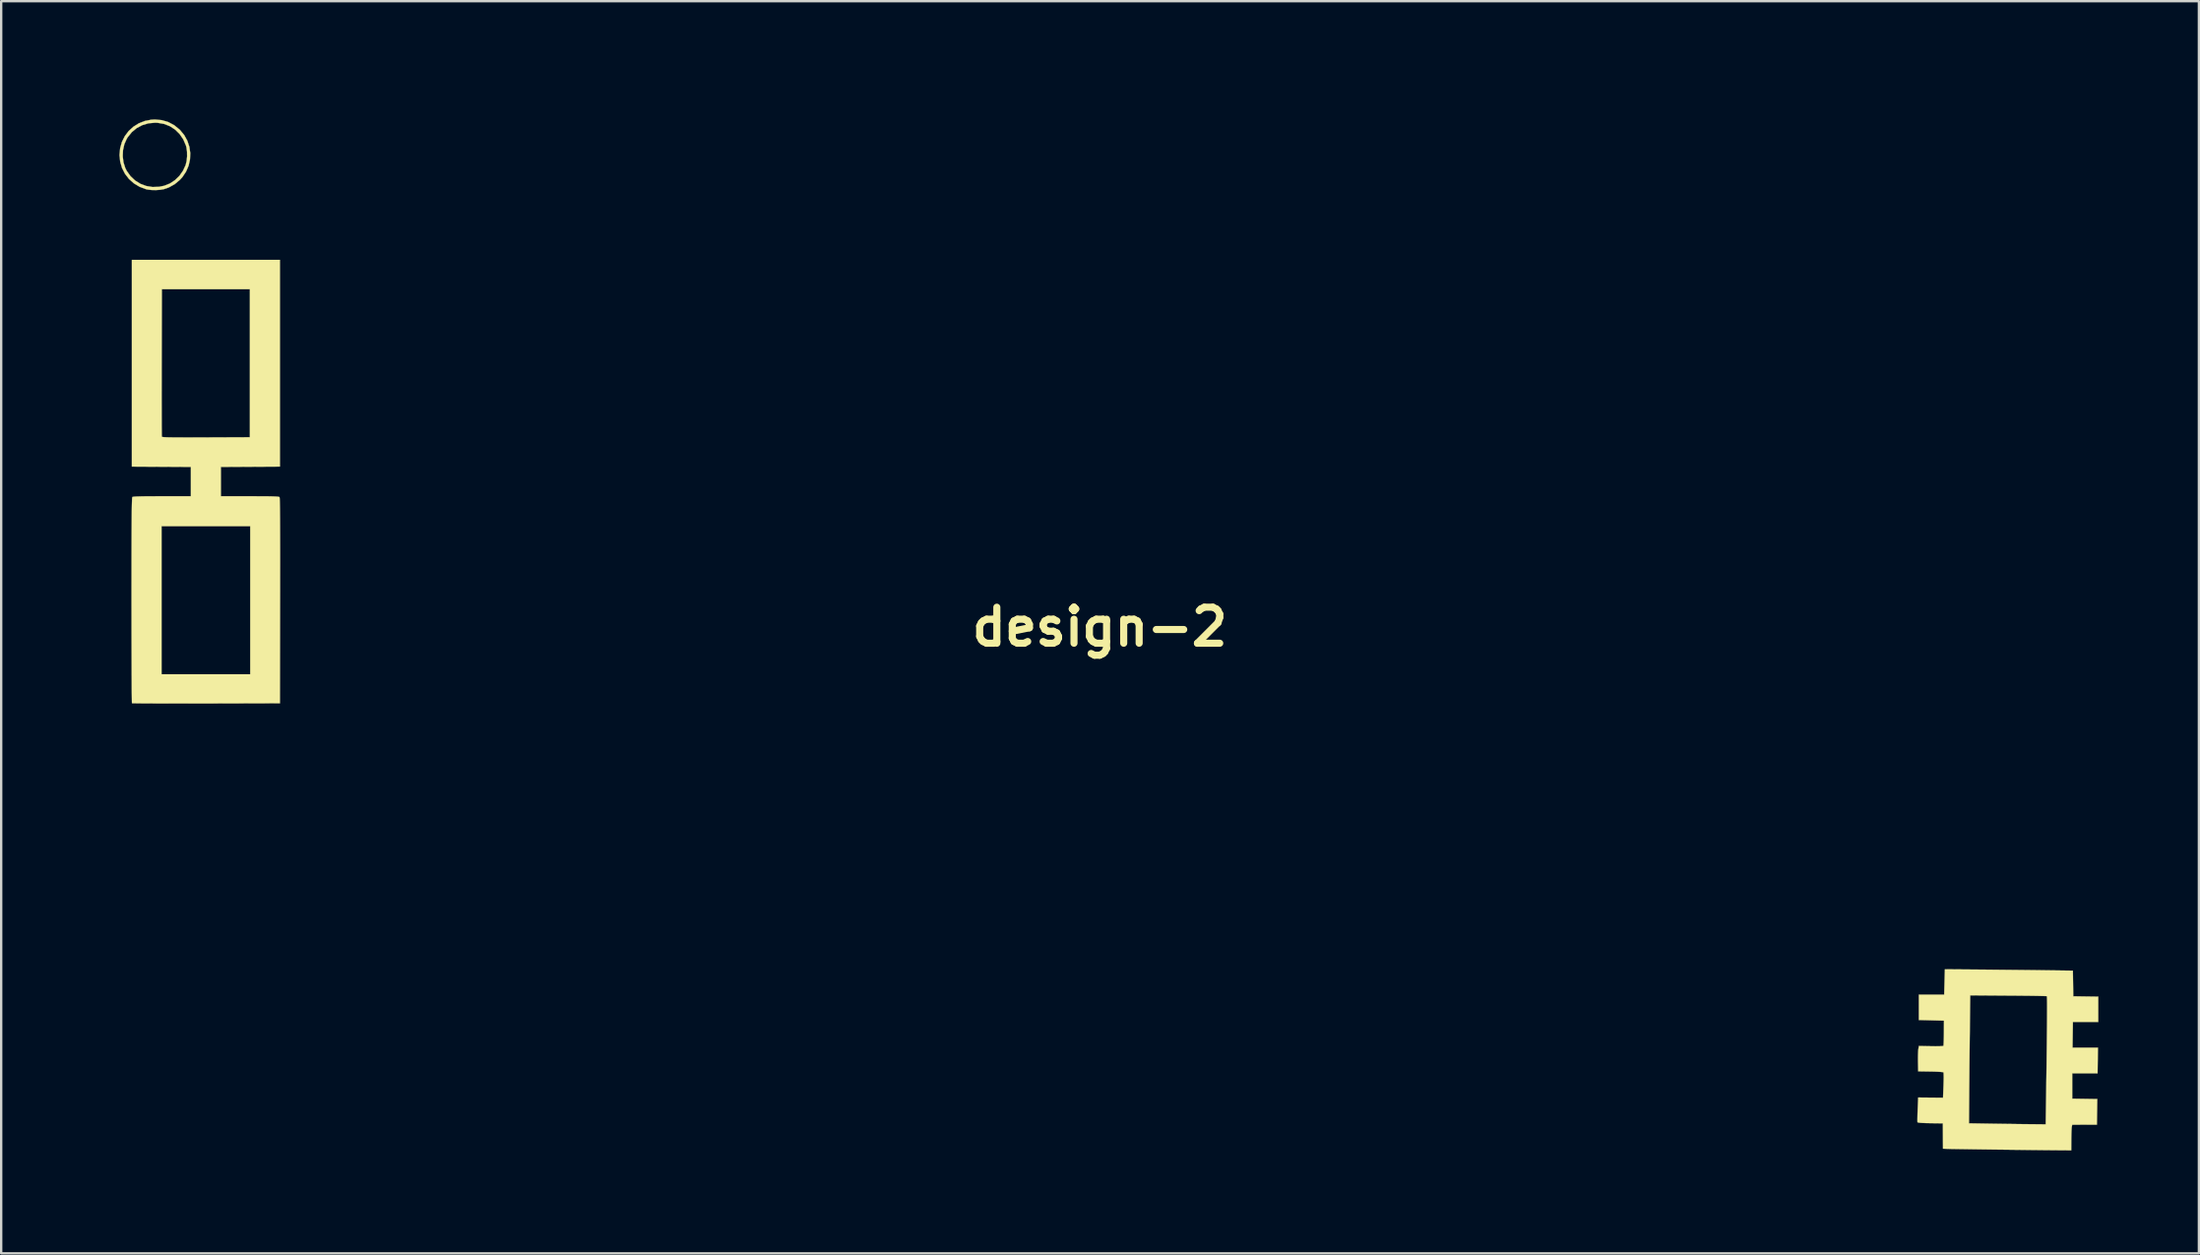
<source format=kicad_pcb>
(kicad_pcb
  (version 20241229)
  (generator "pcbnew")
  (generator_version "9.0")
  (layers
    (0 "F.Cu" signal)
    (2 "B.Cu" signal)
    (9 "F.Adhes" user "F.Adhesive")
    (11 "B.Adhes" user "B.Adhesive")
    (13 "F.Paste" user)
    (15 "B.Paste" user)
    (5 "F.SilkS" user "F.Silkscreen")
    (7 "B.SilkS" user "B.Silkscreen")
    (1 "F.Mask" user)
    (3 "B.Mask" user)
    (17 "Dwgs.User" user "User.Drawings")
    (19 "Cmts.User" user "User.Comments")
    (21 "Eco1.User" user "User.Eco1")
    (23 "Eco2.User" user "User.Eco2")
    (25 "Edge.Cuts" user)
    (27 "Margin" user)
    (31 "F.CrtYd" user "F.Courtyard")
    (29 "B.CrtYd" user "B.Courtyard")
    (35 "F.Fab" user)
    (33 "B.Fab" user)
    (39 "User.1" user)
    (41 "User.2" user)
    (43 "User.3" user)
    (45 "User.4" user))
  (footprint "design-2"
    (layer "F.Cu")
    (at 43.496 23.486)
    (property "Reference" "design-2" (at 0 0 0) (layer "F.SilkS") (effects (font (size 1.524 1.524) (thickness 0.3))))
    (attr through_hole)
    (fp_poly (pts (xy -37.211 -11.811) (xy -37.826 -11.803) (xy -38.036 -11.801) (xy -38.197 -11.802) (xy -38.313 -11.805) (xy -38.39 -11.81) (xy -38.435 -11.819) (xy -38.454 -11.831) (xy -38.454 -11.832) (xy -38.458 -11.871) (xy -38.461 -11.956) (xy -38.462 -12.08) (xy -38.462 -12.233) (xy -38.461 -12.407) (xy -38.46 -12.447) (xy -38.453 -13.025) (xy -37.211 -13.025) (xy -37.211 -11.811)) (stroke (width 0.01) (type solid)) (fill yes) (layer "F.Mask"))
    (fp_poly (pts (xy -37.211 -9.299) (xy -37.826 -9.292) (xy -38.036 -9.29) (xy -38.197 -9.29) (xy -38.313 -9.293) (xy -38.39 -9.299) (xy -38.435 -9.307) (xy -38.454 -9.319) (xy -38.454 -9.321) (xy -38.458 -9.359) (xy -38.461 -9.445) (xy -38.462 -9.568) (xy -38.462 -9.722) (xy -38.461 -9.895) (xy -38.46 -9.935) (xy -38.453 -10.513) (xy -37.211 -10.513) (xy -37.211 -9.299)) (stroke (width 0.01) (type solid)) (fill yes) (layer "F.Mask"))
    (fp_poly (pts (xy -37.211 -1.764) (xy -37.826 -1.756) (xy -38.036 -1.754) (xy -38.197 -1.755) (xy -38.313 -1.758) (xy -38.39 -1.763) (xy -38.435 -1.772) (xy -38.454 -1.784) (xy -38.454 -1.785) (xy -38.458 -1.823) (xy -38.461 -1.909) (xy -38.462 -2.033) (xy -38.462 -2.187) (xy -38.461 -2.361) (xy -38.46 -2.414) (xy -38.453 -3.006) (xy -37.211 -3.006) (xy -37.211 -1.764)) (stroke (width 0.01) (type solid)) (fill yes) (layer "F.Mask"))
    (fp_poly (pts (xy -37.211 0.748) (xy -37.826 0.755) (xy -38.036 0.757) (xy -38.197 0.757) (xy -38.313 0.754) (xy -38.39 0.749) (xy -38.435 0.74) (xy -38.454 0.728) (xy -38.454 0.727) (xy -38.458 0.688) (xy -38.461 0.603) (xy -38.462 0.479) (xy -38.462 0.325) (xy -38.461 0.15) (xy -38.46 0.098) (xy -38.453 -0.494) (xy -37.211 -0.494) (xy -37.211 0.748)) (stroke (width 0.01) (type solid)) (fill yes) (layer "F.Mask"))
    (fp_poly (pts (xy 38.295 18.853) (xy 38.452 18.854) (xy 38.603 18.858) (xy 38.731 18.863) (xy 38.821 18.87) (xy 38.827 18.871) (xy 38.976 18.889) (xy 38.968 19.414) (xy 38.961 19.939) (xy 38.434 19.947) (xy 38.267 19.948) (xy 38.12 19.947) (xy 38.003 19.943) (xy 37.924 19.938) (xy 37.892 19.931) (xy 37.892 19.931) (xy 37.889 19.897) (xy 37.887 19.815) (xy 37.887 19.696) (xy 37.89 19.548) (xy 37.894 19.38) (xy 37.895 19.38) (xy 37.911 18.852) (xy 38.295 18.853)) (stroke (width 0.01) (type solid)) (fill yes) (layer "F.Mask"))
    (fp_poly (pts (xy 38.436 16.68) (xy 38.599 16.681) (xy 38.744 16.685) (xy 38.861 16.69) (xy 38.939 16.697) (xy 38.968 16.703) (xy 38.982 16.725) (xy 38.991 16.777) (xy 38.997 16.865) (xy 38.999 16.994) (xy 38.998 17.171) (xy 38.997 17.246) (xy 38.989 17.766) (xy 38.465 17.774) (xy 38.299 17.775) (xy 38.152 17.774) (xy 38.034 17.772) (xy 37.954 17.767) (xy 37.922 17.762) (xy 37.914 17.726) (xy 37.908 17.646) (xy 37.904 17.532) (xy 37.903 17.396) (xy 37.904 17.249) (xy 37.908 17.104) (xy 37.913 16.971) (xy 37.921 16.87) (xy 37.939 16.679) (xy 38.436 16.68)) (stroke (width 0.01) (type solid)) (fill yes) (layer "F.Mask"))
    (fp_poly (pts (xy 41.402 2.06) (xy 41.254 2.063) (xy 41.106 2.066) (xy 41.24 2.125) (xy 41.315 2.161) (xy 41.364 2.189) (xy 41.373 2.2) (xy 41.352 2.219) (xy 41.29 2.273) (xy 41.188 2.361) (xy 41.05 2.48) (xy 40.876 2.63) (xy 40.668 2.807) (xy 40.429 3.012) (xy 40.161 3.241) (xy 39.865 3.494) (xy 39.543 3.768) (xy 39.198 4.063) (xy 38.83 4.376) (xy 38.443 4.706) (xy 38.038 5.051) (xy 37.617 5.409) (xy 37.181 5.78) (xy 36.734 6.16) (xy 36.562 6.307) (xy 31.75 10.398) (xy 31.75 23.481) (xy 30.254 23.481) (xy 30.254 9.83) (xy 39.875 1.595) (xy 39.878 -23.481) (xy 41.402 -23.481) (xy 41.402 2.06)) (stroke (width 0.01) (type solid)) (fill yes) (layer "F.Mask"))
    (fp_poly (pts (xy 30.819 -8.137) (xy 31.052 -8.021) (xy 31.334 -7.85) (xy 31.583 -7.636) (xy 31.795 -7.384) (xy 31.964 -7.101) (xy 32.087 -6.793) (xy 32.108 -6.717) (xy 32.139 -6.546) (xy 32.154 -6.343) (xy 32.154 -6.129) (xy 32.138 -5.927) (xy 32.107 -5.757) (xy 31.994 -5.434) (xy 31.834 -5.14) (xy 31.631 -4.88) (xy 31.389 -4.658) (xy 31.111 -4.476) (xy 30.8 -4.338) (xy 30.776 -4.33) (xy 30.56 -4.276) (xy 30.314 -4.246) (xy 30.061 -4.241) (xy 29.823 -4.261) (xy 29.732 -4.278) (xy 29.617 -4.31) (xy 29.476 -4.361) (xy 29.331 -4.421) (xy 29.268 -4.45) (xy 29 -4.61) (xy 28.759 -4.815) (xy 28.551 -5.057) (xy 28.381 -5.33) (xy 28.257 -5.625) (xy 28.221 -5.747) (xy 28.182 -5.969) (xy 28.168 -6.195) (xy 29.379 -6.195) (xy 29.403 -6.046) (xy 29.467 -5.888) (xy 29.562 -5.739) (xy 29.678 -5.615) (xy 29.784 -5.541) (xy 29.94 -5.488) (xy 30.12 -5.472) (xy 30.306 -5.492) (xy 30.427 -5.528) (xy 30.539 -5.593) (xy 30.65 -5.695) (xy 30.744 -5.817) (xy 30.781 -5.884) (xy 30.837 -6.069) (xy 30.844 -6.258) (xy 30.803 -6.442) (xy 30.719 -6.61) (xy 30.596 -6.753) (xy 30.438 -6.861) (xy 30.397 -6.879) (xy 30.26 -6.914) (xy 30.1 -6.922) (xy 29.94 -6.902) (xy 29.831 -6.867) (xy 29.688 -6.777) (xy 29.562 -6.648) (xy 29.462 -6.494) (xy 29.398 -6.331) (xy 29.379 -6.195) (xy 28.168 -6.195) (xy 28.167 -6.216) (xy 28.177 -6.465) (xy 28.206 -6.663) (xy 28.295 -6.954) (xy 28.434 -7.235) (xy 28.615 -7.495) (xy 28.83 -7.724) (xy 29.074 -7.913) (xy 29.154 -7.961) (xy 29.321 -8.057) (xy 29.322 -15.769) (xy 29.323 -23.481) (xy 30.819 -23.481) (xy 30.819 -8.137)) (stroke (width 0.01) (type solid)) (fill yes) (layer "F.Mask"))
    (fp_poly (pts (xy -29.542 -14.375) (xy -29.535 -5.268) (xy -29.334 -5.167) (xy -29.034 -4.985) (xy -28.776 -4.767) (xy -28.561 -4.513) (xy -28.391 -4.225) (xy -28.287 -3.966) (xy -28.255 -3.864) (xy -28.234 -3.774) (xy -28.221 -3.68) (xy -28.214 -3.567) (xy -28.212 -3.417) (xy -28.211 -3.358) (xy -28.213 -3.194) (xy -28.218 -3.07) (xy -28.228 -2.972) (xy -28.247 -2.883) (xy -28.275 -2.788) (xy -28.285 -2.758) (xy -28.412 -2.458) (xy -28.585 -2.182) (xy -28.796 -1.936) (xy -29.04 -1.728) (xy -29.311 -1.564) (xy -29.453 -1.5) (xy -29.71 -1.421) (xy -29.988 -1.373) (xy -30.266 -1.36) (xy -30.466 -1.375) (xy -30.754 -1.44) (xy -31.038 -1.551) (xy -31.305 -1.702) (xy -31.544 -1.886) (xy -31.744 -2.095) (xy -31.766 -2.125) (xy -31.953 -2.415) (xy -32.087 -2.72) (xy -32.168 -3.036) (xy -32.191 -3.299) (xy -30.959 -3.299) (xy -30.933 -3.11) (xy -30.86 -2.944) (xy -30.75 -2.805) (xy -30.609 -2.697) (xy -30.446 -2.625) (xy -30.268 -2.595) (xy -30.083 -2.611) (xy -29.93 -2.663) (xy -29.762 -2.768) (xy -29.637 -2.9) (xy -29.554 -3.052) (xy -29.511 -3.217) (xy -29.508 -3.385) (xy -29.542 -3.551) (xy -29.614 -3.705) (xy -29.72 -3.841) (xy -29.862 -3.951) (xy -30.036 -4.026) (xy -30.147 -4.05) (xy -30.334 -4.051) (xy -30.514 -3.997) (xy -30.681 -3.892) (xy -30.749 -3.829) (xy -30.86 -3.693) (xy -30.927 -3.553) (xy -30.956 -3.391) (xy -30.959 -3.299) (xy -32.191 -3.299) (xy -32.196 -3.357) (xy -32.171 -3.679) (xy -32.092 -3.997) (xy -31.96 -4.306) (xy -31.897 -4.417) (xy -31.792 -4.564) (xy -31.654 -4.72) (xy -31.499 -4.87) (xy -31.342 -4.999) (xy -31.22 -5.08) (xy -31.046 -5.179) (xy -31.045 -14.33) (xy -31.044 -23.481) (xy -29.549 -23.481) (xy -29.542 -14.375)) (stroke (width 0.01) (type solid)) (fill yes) (layer "F.Mask"))
    (fp_poly (pts (xy 38.843 8.395) (xy 39.143 8.452) (xy 39.431 8.553) (xy 39.702 8.696) (xy 39.951 8.882) (xy 40.17 9.108) (xy 40.354 9.374) (xy 40.361 9.386) (xy 40.443 9.53) (xy 41.014 9.549) (xy 41.241 9.555) (xy 41.5 9.56) (xy 41.767 9.564) (xy 42.02 9.567) (xy 42.167 9.567) (xy 42.375 9.568) (xy 42.595 9.571) (xy 42.81 9.575) (xy 43 9.581) (xy 43.133 9.586) (xy 43.519 9.604) (xy 43.519 11.095) (xy 42.014 11.075) (xy 40.508 11.054) (xy 40.459 11.179) (xy 40.355 11.382) (xy 40.209 11.59) (xy 40.033 11.789) (xy 39.837 11.966) (xy 39.643 12.102) (xy 39.364 12.239) (xy 39.059 12.332) (xy 38.743 12.377) (xy 38.428 12.374) (xy 38.301 12.358) (xy 37.987 12.28) (xy 37.696 12.152) (xy 37.425 11.974) (xy 37.224 11.797) (xy 37.032 11.585) (xy 36.881 11.362) (xy 36.759 11.108) (xy 36.729 11.03) (xy 36.681 10.856) (xy 36.649 10.646) (xy 36.634 10.42) (xy 36.636 10.267) (xy 37.86 10.267) (xy 37.863 10.441) (xy 37.909 10.614) (xy 38.002 10.778) (xy 38.077 10.863) (xy 38.23 10.978) (xy 38.406 11.047) (xy 38.595 11.067) (xy 38.786 11.039) (xy 38.922 10.984) (xy 39.081 10.873) (xy 39.199 10.732) (xy 39.275 10.572) (xy 39.309 10.4) (xy 39.303 10.224) (xy 39.256 10.055) (xy 39.169 9.899) (xy 39.043 9.766) (xy 38.876 9.663) (xy 38.864 9.658) (xy 38.781 9.634) (xy 38.669 9.618) (xy 38.578 9.613) (xy 38.386 9.637) (xy 38.219 9.705) (xy 38.08 9.809) (xy 37.971 9.943) (xy 37.897 10.098) (xy 37.86 10.267) (xy 36.636 10.267) (xy 36.637 10.197) (xy 36.658 9.995) (xy 36.672 9.925) (xy 36.772 9.621) (xy 36.922 9.333) (xy 37.117 9.069) (xy 37.353 8.837) (xy 37.382 8.814) (xy 37.649 8.633) (xy 37.935 8.501) (xy 38.233 8.419) (xy 38.538 8.384) (xy 38.843 8.395)) (stroke (width 0.01) (type solid)) (fill yes) (layer "F.Mask"))
    (fp_poly (pts (xy -40.243 15.579) (xy -40.075 15.6) (xy -39.991 15.618) (xy -39.682 15.731) (xy -39.396 15.891) (xy -39.139 16.093) (xy -38.918 16.333) (xy -38.74 16.604) (xy -38.706 16.669) (xy -38.603 16.877) (xy -20.045 16.877) (xy -18.334 18.942) (xy -16.623 21.006) (xy -16.623 23.509) (xy -18.119 23.509) (xy -18.119 21.654) (xy -20.837 18.373) (xy -38.657 18.373) (xy -38.767 18.563) (xy -38.874 18.72) (xy -39.016 18.887) (xy -39.177 19.048) (xy -39.343 19.188) (xy -39.483 19.284) (xy -39.605 19.347) (xy -39.75 19.412) (xy -39.888 19.464) (xy -39.892 19.465) (xy -39.993 19.497) (xy -40.083 19.518) (xy -40.176 19.531) (xy -40.289 19.538) (xy -40.438 19.54) (xy -40.499 19.541) (xy -40.663 19.539) (xy -40.786 19.534) (xy -40.885 19.524) (xy -40.974 19.505) (xy -41.069 19.477) (xy -41.106 19.465) (xy -41.411 19.335) (xy -41.69 19.159) (xy -41.936 18.942) (xy -42.145 18.691) (xy -42.309 18.409) (xy -42.362 18.288) (xy -42.422 18.102) (xy -42.468 17.889) (xy -42.497 17.677) (xy -42.503 17.551) (xy -42.498 17.495) (xy -41.26 17.495) (xy -41.245 17.679) (xy -41.193 17.834) (xy -41.097 17.976) (xy -41.065 18.012) (xy -40.908 18.143) (xy -40.733 18.223) (xy -40.545 18.251) (xy -40.35 18.224) (xy -40.194 18.164) (xy -40.037 18.055) (xy -39.92 17.914) (xy -39.842 17.749) (xy -39.807 17.571) (xy -39.816 17.389) (xy -39.871 17.213) (xy -39.973 17.054) (xy -39.985 17.041) (xy -40.132 16.913) (xy -40.296 16.833) (xy -40.468 16.796) (xy -40.641 16.801) (xy -40.807 16.844) (xy -40.958 16.922) (xy -41.086 17.034) (xy -41.184 17.176) (xy -41.245 17.346) (xy -41.26 17.495) (xy -42.498 17.495) (xy -42.477 17.262) (xy -42.404 16.969) (xy -42.288 16.684) (xy -42.135 16.418) (xy -41.952 16.183) (xy -41.774 16.016) (xy -41.641 15.922) (xy -41.475 15.825) (xy -41.295 15.734) (xy -41.119 15.658) (xy -40.966 15.607) (xy -40.95 15.603) (xy -40.808 15.58) (xy -40.629 15.568) (xy -40.434 15.568) (xy -40.243 15.579)) (stroke (width 0.01) (type solid)) (fill yes) (layer "F.Mask"))
    (fp_poly (pts (xy 7.376 18.851) (xy 7.585 18.883) (xy 7.787 18.943) (xy 8.005 19.036) (xy 8.043 19.055) (xy 8.164 19.118) (xy 8.268 19.186) (xy 8.372 19.269) (xy 8.49 19.38) (xy 8.54 19.429) (xy 8.663 19.556) (xy 8.755 19.663) (xy 8.826 19.765) (xy 8.89 19.878) (xy 8.913 19.925) (xy 8.974 20.057) (xy 9.03 20.197) (xy 9.072 20.32) (xy 9.08 20.348) (xy 9.11 20.515) (xy 9.126 20.715) (xy 9.126 20.928) (xy 9.112 21.132) (xy 9.083 21.308) (xy 9.076 21.336) (xy 8.963 21.65) (xy 8.805 21.934) (xy 8.606 22.187) (xy 8.372 22.403) (xy 8.108 22.579) (xy 7.818 22.712) (xy 7.508 22.797) (xy 7.181 22.831) (xy 7.135 22.831) (xy 6.855 22.814) (xy 6.594 22.758) (xy 6.332 22.661) (xy 6.237 22.616) (xy 6.102 22.545) (xy 5.992 22.476) (xy 5.889 22.395) (xy 5.775 22.288) (xy 5.728 22.241) (xy 5.561 22.06) (xy 5.439 21.895) (xy 5.389 21.809) (xy 5.292 21.618) (xy -1.863 21.62) (xy -9.017 21.621) (xy -10.098 22.565) (xy -11.18 23.509) (xy -13.616 23.509) (xy -13.546 23.442) (xy -13.515 23.414) (xy -13.443 23.352) (xy -13.336 23.259) (xy -13.195 23.137) (xy -13.024 22.99) (xy -12.826 22.819) (xy -12.605 22.629) (xy -12.362 22.42) (xy -12.103 22.197) (xy -11.829 21.962) (xy -11.565 21.735) (xy -10.502 20.823) (xy 6.369 20.823) (xy 6.4 21.004) (xy 6.474 21.172) (xy 6.588 21.318) (xy 6.737 21.434) (xy 6.897 21.504) (xy 7.039 21.526) (xy 7.202 21.514) (xy 7.363 21.472) (xy 7.449 21.433) (xy 7.605 21.319) (xy 7.719 21.176) (xy 7.792 21.013) (xy 7.823 20.838) (xy 7.812 20.66) (xy 7.759 20.49) (xy 7.664 20.334) (xy 7.527 20.204) (xy 7.464 20.163) (xy 7.286 20.089) (xy 7.1 20.066) (xy 6.916 20.092) (xy 6.743 20.162) (xy 6.591 20.275) (xy 6.47 20.428) (xy 6.452 20.458) (xy 6.385 20.638) (xy 6.369 20.823) (xy -10.502 20.823) (xy -9.653 20.094) (xy -2.195 20.094) (xy 5.263 20.094) (xy 5.356 19.915) (xy 5.529 19.64) (xy 5.747 19.397) (xy 6.002 19.19) (xy 6.274 19.034) (xy 6.506 18.938) (xy 6.725 18.877) (xy 6.956 18.847) (xy 7.14 18.842) (xy 7.376 18.851)) (stroke (width 0.01) (type solid)) (fill yes) (layer "F.Mask"))
    (fp_poly (pts (xy -23.961 -4.463) (xy -22.166 -2.976) (xy -20.371 -1.49) (xy -20.141 -1.568) (xy -19.93 -1.622) (xy -19.69 -1.654) (xy -19.444 -1.664) (xy -19.213 -1.65) (xy -19.069 -1.625) (xy -18.77 -1.529) (xy -18.488 -1.386) (xy -18.231 -1.204) (xy -18.006 -0.988) (xy -17.823 -0.746) (xy -17.747 -0.611) (xy -17.611 -0.287) (xy -17.531 0.037) (xy -17.508 0.361) (xy -17.54 0.686) (xy -17.622 0.992) (xy -17.751 1.281) (xy -17.926 1.547) (xy -18.14 1.782) (xy -18.386 1.982) (xy -18.658 2.14) (xy -18.949 2.25) (xy -19.032 2.272) (xy -19.237 2.307) (xy -19.454 2.326) (xy -19.66 2.326) (xy -19.797 2.313) (xy -20.119 2.235) (xy -20.421 2.108) (xy -20.697 1.935) (xy -20.942 1.721) (xy -21.149 1.471) (xy -21.307 1.199) (xy -21.423 0.896) (xy -21.49 0.576) (xy -21.5 0.367) (xy -20.192 0.367) (xy -20.182 0.531) (xy -20.146 0.661) (xy -20.078 0.778) (xy -19.999 0.87) (xy -19.84 0.999) (xy -19.671 1.076) (xy -19.569 1.092) (xy -19.439 1.089) (xy -19.303 1.071) (xy -19.184 1.038) (xy -19.148 1.022) (xy -18.984 0.91) (xy -18.862 0.768) (xy -18.783 0.607) (xy -18.747 0.433) (xy -18.753 0.256) (xy -18.801 0.084) (xy -18.893 -0.074) (xy -19.026 -0.211) (xy -19.149 -0.291) (xy -19.234 -0.327) (xy -19.332 -0.346) (xy -19.465 -0.351) (xy -19.473 -0.351) (xy -19.654 -0.337) (xy -19.801 -0.29) (xy -19.93 -0.204) (xy -19.999 -0.137) (xy -20.098 -0.016) (xy -20.158 0.102) (xy -20.186 0.239) (xy -20.192 0.367) (xy -21.5 0.367) (xy -21.506 0.251) (xy -21.47 -0.069) (xy -21.459 -0.12) (xy -21.414 -0.321) (xy -21.482 -0.379) (xy -21.608 -0.485) (xy -21.763 -0.615) (xy -21.944 -0.766) (xy -22.148 -0.934) (xy -22.37 -1.118) (xy -22.607 -1.315) (xy -22.855 -1.52) (xy -23.111 -1.731) (xy -23.371 -1.944) (xy -23.63 -2.158) (xy -23.887 -2.369) (xy -24.136 -2.573) (xy -24.374 -2.769) (xy -24.598 -2.952) (xy -24.803 -3.119) (xy -24.986 -3.269) (xy -25.144 -3.397) (xy -25.272 -3.501) (xy -25.367 -3.577) (xy -25.426 -3.623) (xy -25.444 -3.636) (xy -25.448 -3.642) (xy -25.451 -3.66) (xy -25.454 -3.691) (xy -25.457 -3.737) (xy -25.46 -3.799) (xy -25.463 -3.88) (xy -25.465 -3.981) (xy -25.468 -4.103) (xy -25.47 -4.249) (xy -25.472 -4.42) (xy -25.473 -4.617) (xy -25.475 -4.843) (xy -25.476 -5.098) (xy -25.478 -5.386) (xy -25.479 -5.706) (xy -25.48 -6.062) (xy -25.481 -6.454) (xy -25.482 -6.884) (xy -25.482 -7.355) (xy -25.483 -7.867) (xy -25.483 -8.422) (xy -25.484 -9.023) (xy -25.484 -9.67) (xy -25.484 -10.365) (xy -25.484 -11.11) (xy -25.485 -11.907) (xy -25.485 -12.758) (xy -25.485 -13.549) (xy -25.485 -23.453) (xy -23.961 -23.453) (xy -23.961 -4.463)) (stroke (width 0.01) (type solid)) (fill yes) (layer "F.Mask"))
    (fp_poly (pts (xy 16.163 -23.48) (xy 16.399 -23.479) (xy 16.605 -23.476) (xy 16.776 -23.473) (xy 16.908 -23.468) (xy 16.994 -23.463) (xy 17.03 -23.458) (xy 17.031 -23.456) (xy 17.005 -23.435) (xy 16.94 -23.381) (xy 16.836 -23.296) (xy 16.699 -23.182) (xy 16.529 -23.043) (xy 16.332 -22.881) (xy 16.109 -22.698) (xy 15.864 -22.497) (xy 15.6 -22.28) (xy 15.32 -22.05) (xy 15.027 -21.81) (xy 14.952 -21.749) (xy 12.901 -20.066) (xy -14.928 -20.066) (xy -15.934 -19.241) (xy -16.142 -19.07) (xy -16.338 -18.909) (xy -16.518 -18.761) (xy -16.677 -18.631) (xy -16.81 -18.521) (xy -16.913 -18.436) (xy -16.982 -18.38) (xy -17.008 -18.359) (xy -17.076 -18.302) (xy -17.015 -18.076) (xy -16.973 -17.867) (xy -16.953 -17.635) (xy -16.953 -17.401) (xy -16.975 -17.186) (xy -16.998 -17.074) (xy -17.111 -16.754) (xy -17.27 -16.461) (xy -17.469 -16.202) (xy -17.704 -15.979) (xy -17.972 -15.798) (xy -18.268 -15.661) (xy -18.451 -15.605) (xy -18.658 -15.568) (xy -18.892 -15.552) (xy -19.131 -15.557) (xy -19.352 -15.583) (xy -19.458 -15.607) (xy -19.772 -15.72) (xy -20.059 -15.88) (xy -20.315 -16.085) (xy -20.534 -16.329) (xy -20.714 -16.609) (xy -20.846 -16.91) (xy -20.898 -17.109) (xy -20.929 -17.34) (xy -20.935 -17.476) (xy -19.852 -17.476) (xy -19.83 -17.281) (xy -19.77 -17.098) (xy -19.673 -16.935) (xy -19.539 -16.8) (xy -19.403 -16.717) (xy -19.266 -16.675) (xy -19.096 -16.653) (xy -18.914 -16.652) (xy -18.74 -16.674) (xy -18.667 -16.692) (xy -18.467 -16.773) (xy -18.313 -16.882) (xy -18.203 -17.023) (xy -18.18 -17.068) (xy -18.142 -17.159) (xy -18.119 -17.243) (xy -18.108 -17.341) (xy -18.105 -17.472) (xy -18.105 -17.484) (xy -18.106 -17.61) (xy -18.114 -17.701) (xy -18.133 -17.775) (xy -18.168 -17.852) (xy -18.201 -17.916) (xy -18.333 -18.109) (xy -18.493 -18.252) (xy -18.681 -18.347) (xy -18.898 -18.393) (xy -18.926 -18.395) (xy -19.14 -18.389) (xy -19.324 -18.339) (xy -19.49 -18.242) (xy -19.543 -18.198) (xy -19.681 -18.044) (xy -19.779 -17.866) (xy -19.835 -17.674) (xy -19.852 -17.476) (xy -20.935 -17.476) (xy -20.94 -17.581) (xy -20.928 -17.811) (xy -20.899 -17.984) (xy -20.794 -18.307) (xy -20.642 -18.601) (xy -20.446 -18.863) (xy -20.211 -19.089) (xy -19.941 -19.275) (xy -19.64 -19.417) (xy -19.458 -19.475) (xy -19.24 -19.518) (xy -19 -19.537) (xy -18.761 -19.532) (xy -18.544 -19.502) (xy -18.486 -19.488) (xy -18.381 -19.46) (xy -18.292 -19.437) (xy -18.241 -19.425) (xy -18.218 -19.429) (xy -18.177 -19.45) (xy -18.116 -19.488) (xy -18.03 -19.548) (xy -17.917 -19.629) (xy -17.775 -19.735) (xy -17.6 -19.867) (xy -17.39 -20.029) (xy -17.142 -20.22) (xy -16.854 -20.444) (xy -16.782 -20.501) (xy -15.385 -21.59) (xy 12.319 -21.59) (xy 14.745 -23.481) (xy 15.901 -23.481) (xy 16.163 -23.48)) (stroke (width 0.01) (type solid)) (fill yes) (layer "F.Mask"))
    (fp_poly (pts (xy 25.287 16.735) (xy 24.913 17.044) (xy 24.82 17.121) (xy 24.69 17.229) (xy 24.526 17.364) (xy 24.336 17.522) (xy 24.124 17.697) (xy 23.895 17.886) (xy 23.656 18.084) (xy 23.412 18.286) (xy 23.269 18.404) (xy 22.926 18.688) (xy 22.607 18.952) (xy 22.316 19.193) (xy 22.054 19.41) (xy 21.824 19.601) (xy 21.629 19.763) (xy 21.471 19.894) (xy 21.352 19.993) (xy 21.302 20.036) (xy 21.297 20.07) (xy 21.307 20.141) (xy 21.322 20.208) (xy 21.378 20.523) (xy 21.38 20.837) (xy 21.333 21.144) (xy 21.239 21.438) (xy 21.101 21.714) (xy 20.923 21.967) (xy 20.709 22.191) (xy 20.46 22.381) (xy 20.181 22.531) (xy 19.879 22.635) (xy 19.755 22.659) (xy 19.6 22.676) (xy 19.43 22.687) (xy 19.263 22.69) (xy 19.117 22.685) (xy 19.009 22.672) (xy 19.008 22.671) (xy 18.837 22.624) (xy 18.65 22.557) (xy 18.476 22.481) (xy 18.406 22.445) (xy 18.237 22.334) (xy 18.06 22.186) (xy 17.891 22.017) (xy 17.745 21.841) (xy 17.696 21.771) (xy 17.546 21.492) (xy 17.445 21.193) (xy 17.393 20.879) (xy 17.392 20.685) (xy 18.615 20.685) (xy 18.625 20.868) (xy 18.684 21.052) (xy 18.753 21.173) (xy 18.841 21.268) (xy 18.964 21.358) (xy 19.098 21.427) (xy 19.172 21.452) (xy 19.297 21.465) (xy 19.444 21.456) (xy 19.584 21.426) (xy 19.666 21.394) (xy 19.785 21.313) (xy 19.899 21.203) (xy 19.989 21.083) (xy 20.022 21.019) (xy 20.055 20.893) (xy 20.064 20.74) (xy 20.052 20.587) (xy 20.018 20.458) (xy 20.013 20.447) (xy 19.905 20.271) (xy 19.762 20.138) (xy 19.591 20.05) (xy 19.397 20.011) (xy 19.348 20.01) (xy 19.15 20.035) (xy 18.977 20.105) (xy 18.833 20.212) (xy 18.722 20.35) (xy 18.648 20.51) (xy 18.615 20.685) (xy 17.392 20.685) (xy 17.39 20.56) (xy 17.437 20.243) (xy 17.534 19.936) (xy 17.597 19.797) (xy 17.77 19.514) (xy 17.985 19.267) (xy 18.237 19.06) (xy 18.52 18.896) (xy 18.83 18.779) (xy 18.869 18.769) (xy 19.128 18.723) (xy 19.409 18.711) (xy 19.695 18.733) (xy 19.965 18.785) (xy 20.132 18.84) (xy 20.241 18.883) (xy 20.372 18.776) (xy 20.461 18.704) (xy 20.574 18.611) (xy 20.706 18.502) (xy 20.85 18.383) (xy 21 18.259) (xy 21.15 18.135) (xy 21.292 18.017) (xy 21.421 17.91) (xy 21.53 17.819) (xy 21.613 17.749) (xy 21.663 17.707) (xy 21.675 17.696) (xy 21.701 17.672) (xy 21.762 17.622) (xy 21.847 17.552) (xy 21.915 17.498) (xy 22.01 17.42) (xy 22.089 17.356) (xy 22.14 17.313) (xy 22.154 17.3) (xy 22.179 17.279) (xy 22.242 17.226) (xy 22.338 17.146) (xy 22.464 17.041) (xy 22.613 16.917) (xy 22.782 16.777) (xy 22.965 16.626) (xy 22.98 16.613) (xy 23.791 15.942) (xy 23.791 -23.481) (xy 25.287 -23.481) (xy 25.287 16.735)) (stroke (width 0.01) (type solid)) (fill yes) (layer "F.Mask"))
    (fp_poly (pts (xy -29.624 6.101) (xy -29.115 6.101) (xy -28.648 6.101) (xy -28.223 6.102) (xy -27.837 6.102) (xy -27.488 6.103) (xy -27.175 6.104) (xy -26.895 6.105) (xy -26.648 6.107) (xy -26.432 6.108) (xy -26.244 6.11) (xy -26.083 6.112) (xy -25.948 6.114) (xy -25.836 6.117) (xy -25.746 6.119) (xy -25.677 6.122) (xy -25.625 6.125) (xy -25.591 6.128) (xy -25.571 6.132) (xy -25.564 6.135) (xy -25.545 6.162) (xy -25.493 6.23) (xy -25.409 6.334) (xy -25.298 6.473) (xy -25.16 6.642) (xy -25 6.838) (xy -24.818 7.059) (xy -24.619 7.302) (xy -24.405 7.562) (xy -24.177 7.837) (xy -23.957 8.104) (xy -23.719 8.391) (xy -23.49 8.667) (xy -23.274 8.928) (xy -23.072 9.171) (xy -22.889 9.393) (xy -22.725 9.591) (xy -22.584 9.761) (xy -22.469 9.9) (xy -22.382 10.006) (xy -22.326 10.073) (xy -22.304 10.1) (xy -22.25 10.167) (xy -22.048 10.121) (xy -21.857 10.091) (xy -21.639 10.078) (xy -21.418 10.082) (xy -21.216 10.104) (xy -21.138 10.119) (xy -20.942 10.181) (xy -20.73 10.274) (xy -20.524 10.387) (xy -20.347 10.509) (xy -20.335 10.519) (xy -20.103 10.742) (xy -19.906 11.004) (xy -19.752 11.294) (xy -19.655 11.571) (xy -19.623 11.739) (xy -19.607 11.939) (xy -19.605 12.152) (xy -19.618 12.356) (xy -19.646 12.53) (xy -19.653 12.559) (xy -19.763 12.865) (xy -19.918 13.149) (xy -20.113 13.403) (xy -20.343 13.624) (xy -20.602 13.804) (xy -20.885 13.94) (xy -21.121 14.012) (xy -21.325 14.048) (xy -21.542 14.066) (xy -21.749 14.066) (xy -21.885 14.053) (xy -22.199 13.977) (xy -22.497 13.852) (xy -22.772 13.684) (xy -23.016 13.476) (xy -23.224 13.235) (xy -23.387 12.966) (xy -23.4 12.939) (xy -23.511 12.643) (xy -23.575 12.329) (xy -23.587 12.107) (xy -22.28 12.107) (xy -22.27 12.271) (xy -22.235 12.401) (xy -22.166 12.518) (xy -22.088 12.611) (xy -21.933 12.736) (xy -21.754 12.813) (xy -21.56 12.841) (xy -21.36 12.816) (xy -21.331 12.808) (xy -21.208 12.749) (xy -21.084 12.652) (xy -20.974 12.532) (xy -20.895 12.405) (xy -20.838 12.221) (xy -20.834 12.033) (xy -20.878 11.852) (xy -20.967 11.686) (xy -21.099 11.543) (xy -21.237 11.449) (xy -21.322 11.414) (xy -21.421 11.395) (xy -21.554 11.389) (xy -21.562 11.389) (xy -21.743 11.403) (xy -21.889 11.45) (xy -22.018 11.537) (xy -22.088 11.604) (xy -22.186 11.724) (xy -22.246 11.843) (xy -22.275 11.979) (xy -22.28 12.107) (xy -23.587 12.107) (xy -23.592 12.009) (xy -23.561 11.694) (xy -23.496 11.439) (xy -23.418 11.207) (xy -23.857 10.677) (xy -23.96 10.552) (xy -24.094 10.39) (xy -24.254 10.197) (xy -24.434 9.98) (xy -24.629 9.744) (xy -24.834 9.497) (xy -25.043 9.244) (xy -25.252 8.992) (xy -25.337 8.89) (xy -26.378 7.634) (xy -34.934 7.627) (xy -43.491 7.62) (xy -43.484 6.865) (xy -43.476 6.11) (xy -34.525 6.103) (xy -33.669 6.102) (xy -32.868 6.102) (xy -32.12 6.101) (xy -31.424 6.101) (xy -30.776 6.101) (xy -30.177 6.101) (xy -29.624 6.101)) (stroke (width 0.01) (type solid)) (fill yes) (layer "F.Mask"))
    (fp_poly (pts (xy -29.303 10.136) (xy -29.086 10.191) (xy -28.865 10.28) (xy -28.792 10.316) (xy -28.512 10.486) (xy -28.269 10.696) (xy -28.065 10.939) (xy -27.903 11.21) (xy -27.785 11.503) (xy -27.714 11.812) (xy -27.693 12.132) (xy -27.724 12.457) (xy -27.756 12.601) (xy -27.789 12.706) (xy -27.84 12.838) (xy -27.899 12.971) (xy -27.918 13.01) (xy -27.989 13.141) (xy -28.066 13.255) (xy -28.162 13.369) (xy -28.278 13.49) (xy -28.466 13.664) (xy -28.643 13.797) (xy -28.825 13.9) (xy -29.028 13.983) (xy -29.031 13.984) (xy -29.347 14.066) (xy -29.666 14.094) (xy -29.981 14.072) (xy -30.288 14.002) (xy -30.579 13.886) (xy -30.848 13.727) (xy -31.091 13.527) (xy -31.301 13.29) (xy -31.472 13.016) (xy -31.498 12.964) (xy -31.584 12.785) (xy -38.55 12.785) (xy -38.652 12.993) (xy -38.818 13.273) (xy -39.028 13.521) (xy -39.275 13.733) (xy -39.552 13.904) (xy -39.852 14.027) (xy -39.952 14.055) (xy -40.188 14.097) (xy -40.448 14.11) (xy -40.709 14.096) (xy -40.947 14.054) (xy -40.95 14.053) (xy -41.262 13.944) (xy -41.545 13.79) (xy -41.797 13.595) (xy -42.014 13.363) (xy -42.19 13.102) (xy -42.324 12.814) (xy -42.41 12.505) (xy -42.446 12.18) (xy -42.446 12.13) (xy -42.443 12.088) (xy -41.216 12.088) (xy -41.195 12.264) (xy -41.131 12.432) (xy -41.022 12.583) (xy -40.96 12.64) (xy -40.805 12.736) (xy -40.629 12.794) (xy -40.447 12.811) (xy -40.276 12.783) (xy -40.254 12.775) (xy -40.075 12.682) (xy -39.934 12.552) (xy -39.832 12.394) (xy -39.773 12.216) (xy -39.766 12.092) (xy -30.461 12.092) (xy -30.431 12.271) (xy -30.358 12.434) (xy -30.248 12.575) (xy -30.105 12.685) (xy -29.934 12.757) (xy -29.738 12.783) (xy -29.732 12.783) (xy -29.582 12.77) (xy -29.455 12.734) (xy -29.448 12.731) (xy -29.276 12.625) (xy -29.144 12.486) (xy -29.055 12.322) (xy -29.01 12.142) (xy -29.012 11.955) (xy -29.063 11.769) (xy -29.164 11.592) (xy -29.166 11.59) (xy -29.266 11.494) (xy -29.401 11.41) (xy -29.55 11.349) (xy -29.653 11.327) (xy -29.844 11.332) (xy -30.026 11.387) (xy -30.188 11.487) (xy -30.32 11.625) (xy -30.377 11.717) (xy -30.445 11.905) (xy -30.461 12.092) (xy -39.766 12.092) (xy -39.762 12.027) (xy -39.801 11.836) (xy -39.84 11.742) (xy -39.949 11.584) (xy -40.093 11.464) (xy -40.263 11.384) (xy -40.449 11.35) (xy -40.642 11.365) (xy -40.728 11.388) (xy -40.899 11.474) (xy -41.035 11.595) (xy -41.134 11.744) (xy -41.195 11.911) (xy -41.216 12.088) (xy -42.443 12.088) (xy -42.42 11.794) (xy -42.342 11.477) (xy -42.217 11.182) (xy -42.049 10.915) (xy -41.841 10.68) (xy -41.597 10.479) (xy -41.321 10.318) (xy -41.016 10.201) (xy -40.686 10.132) (xy -40.677 10.131) (xy -40.359 10.119) (xy -40.045 10.161) (xy -39.741 10.252) (xy -39.454 10.391) (xy -39.189 10.573) (xy -38.954 10.796) (xy -38.755 11.056) (xy -38.733 11.091) (xy -38.628 11.261) (xy -31.51 11.261) (xy -31.427 11.098) (xy -31.355 10.986) (xy -31.249 10.853) (xy -31.12 10.714) (xy -30.981 10.579) (xy -30.845 10.462) (xy -30.723 10.375) (xy -30.7 10.361) (xy -30.471 10.248) (xy -30.245 10.171) (xy -30.003 10.127) (xy -29.798 10.111) (xy -29.534 10.11) (xy -29.303 10.136)) (stroke (width 0.01) (type solid)) (fill yes) (layer "F.Mask"))
    (fp_poly (pts (xy 36.435 -12.968) (xy 36.435 -11.987) (xy 36.435 -11.061) (xy 36.434 -10.189) (xy 36.434 -9.37) (xy 36.434 -8.603) (xy 36.433 -7.888) (xy 36.432 -7.222) (xy 36.432 -6.605) (xy 36.431 -6.036) (xy 36.43 -5.513) (xy 36.428 -5.035) (xy 36.427 -4.602) (xy 36.426 -4.213) (xy 36.424 -3.865) (xy 36.422 -3.559) (xy 36.421 -3.293) (xy 36.419 -3.065) (xy 36.416 -2.875) (xy 36.414 -2.722) (xy 36.412 -2.605) (xy 36.409 -2.522) (xy 36.406 -2.473) (xy 36.403 -2.455) (xy 36.403 -2.455) (xy 36.386 -2.444) (xy 36.403 -2.417) (xy 36.407 -2.396) (xy 36.387 -2.362) (xy 36.338 -2.31) (xy 36.257 -2.235) (xy 36.138 -2.134) (xy 36.061 -2.07) (xy 35.897 -1.935) (xy 35.704 -1.775) (xy 35.487 -1.596) (xy 35.252 -1.401) (xy 35.002 -1.194) (xy 34.744 -0.98) (xy 34.482 -0.763) (xy 34.221 -0.547) (xy 33.967 -0.337) (xy 33.724 -0.136) (xy 33.498 0.052) (xy 33.293 0.221) (xy 33.115 0.368) (xy 32.969 0.49) (xy 32.86 0.58) (xy 32.834 0.602) (xy 32.436 0.933) (xy 32.478 1.08) (xy 32.503 1.212) (xy 32.518 1.382) (xy 32.523 1.571) (xy 32.518 1.762) (xy 32.502 1.938) (xy 32.476 2.079) (xy 32.474 2.088) (xy 32.36 2.401) (xy 32.2 2.687) (xy 31.997 2.942) (xy 31.758 3.161) (xy 31.487 3.34) (xy 31.189 3.472) (xy 31.059 3.513) (xy 30.895 3.545) (xy 30.701 3.565) (xy 30.496 3.572) (xy 30.303 3.565) (xy 30.143 3.544) (xy 30.141 3.544) (xy 29.818 3.448) (xy 29.521 3.303) (xy 29.254 3.114) (xy 29.022 2.882) (xy 28.826 2.613) (xy 28.673 2.308) (xy 28.627 2.187) (xy 28.595 2.088) (xy 28.572 2.002) (xy 28.559 1.914) (xy 28.552 1.808) (xy 28.55 1.669) (xy 28.55 1.611) (xy 29.775 1.611) (xy 29.8 1.82) (xy 29.872 1.999) (xy 29.99 2.146) (xy 30.154 2.26) (xy 30.184 2.275) (xy 30.369 2.333) (xy 30.564 2.34) (xy 30.754 2.297) (xy 30.805 2.276) (xy 30.976 2.167) (xy 31.105 2.023) (xy 31.188 1.849) (xy 31.222 1.651) (xy 31.223 1.623) (xy 31.199 1.428) (xy 31.131 1.258) (xy 31.026 1.115) (xy 30.893 1.004) (xy 30.738 0.927) (xy 30.57 0.889) (xy 30.396 0.891) (xy 30.224 0.939) (xy 30.061 1.035) (xy 30.014 1.076) (xy 29.886 1.219) (xy 29.809 1.371) (xy 29.777 1.546) (xy 29.775 1.611) (xy 28.55 1.611) (xy 28.55 1.58) (xy 28.551 1.416) (xy 28.556 1.292) (xy 28.567 1.193) (xy 28.586 1.104) (xy 28.614 1.008) (xy 28.625 0.974) (xy 28.74 0.694) (xy 28.889 0.445) (xy 29.083 0.213) (xy 29.126 0.17) (xy 29.307 0.004) (xy 29.486 -0.125) (xy 29.683 -0.23) (xy 29.908 -0.32) (xy 30.014 -0.356) (xy 30.101 -0.381) (xy 30.186 -0.396) (xy 30.285 -0.404) (xy 30.412 -0.407) (xy 30.536 -0.408) (xy 30.697 -0.407) (xy 30.816 -0.402) (xy 30.91 -0.392) (xy 30.994 -0.375) (xy 31.085 -0.348) (xy 31.157 -0.323) (xy 31.397 -0.238) (xy 31.976 -0.718) (xy 32.153 -0.865) (xy 32.336 -1.016) (xy 32.514 -1.164) (xy 32.678 -1.299) (xy 32.815 -1.412) (xy 32.881 -1.467) (xy 32.979 -1.548) (xy 33.113 -1.658) (xy 33.276 -1.793) (xy 33.46 -1.945) (xy 33.658 -2.109) (xy 33.863 -2.279) (xy 34.059 -2.441) (xy 34.911 -3.147) (xy 34.911 -13.314) (xy 34.911 -23.481) (xy 36.435 -23.481) (xy 36.435 -12.968)) (stroke (width 0.01) (type solid)) (fill yes) (layer "F.Mask"))
    (fp_poly (pts (xy 12.905 -18.742) (xy 13.11 -18.74) (xy 13.3 -18.736) (xy 13.468 -18.732) (xy 13.606 -18.726) (xy 13.706 -18.718) (xy 13.76 -18.709) (xy 13.767 -18.706) (xy 13.774 -18.685) (xy 13.779 -18.637) (xy 13.785 -18.557) (xy 13.789 -18.443) (xy 13.792 -18.291) (xy 13.795 -18.1) (xy 13.797 -17.867) (xy 13.799 -17.587) (xy 13.8 -17.259) (xy 13.801 -16.879) (xy 13.801 -16.595) (xy 13.801 -16.179) (xy 13.802 -15.816) (xy 13.803 -15.504) (xy 13.805 -15.24) (xy 13.807 -15.021) (xy 13.81 -14.843) (xy 13.814 -14.705) (xy 13.818 -14.603) (xy 13.824 -14.533) (xy 13.83 -14.494) (xy 13.835 -14.484) (xy 13.881 -14.464) (xy 13.961 -14.451) (xy 14.011 -14.449) (xy 14.123 -14.439) (xy 14.233 -14.416) (xy 14.266 -14.406) (xy 14.37 -14.372) (xy 14.484 -14.34) (xy 14.505 -14.335) (xy 14.659 -14.28) (xy 14.833 -14.186) (xy 15.015 -14.062) (xy 15.196 -13.916) (xy 15.362 -13.757) (xy 15.505 -13.593) (xy 15.539 -13.547) (xy 15.703 -13.271) (xy 15.832 -12.964) (xy 15.917 -12.641) (xy 15.937 -12.517) (xy 15.96 -12.347) (xy 18.045 -12.34) (xy 18.478 -12.338) (xy 18.856 -12.336) (xy 19.181 -12.333) (xy 19.457 -12.33) (xy 19.684 -12.327) (xy 19.865 -12.322) (xy 20.002 -12.318) (xy 20.098 -12.312) (xy 20.153 -12.306) (xy 20.17 -12.301) (xy 20.18 -12.283) (xy 20.188 -12.246) (xy 20.194 -12.183) (xy 20.198 -12.091) (xy 20.201 -11.963) (xy 20.202 -11.796) (xy 20.202 -11.583) (xy 20.201 -11.321) (xy 20.2 -11.236) (xy 20.193 -10.202) (xy 18.076 -10.188) (xy 15.96 -10.174) (xy 15.96 -8.057) (xy 18.076 -8.043) (xy 20.193 -8.029) (xy 20.2 -6.996) (xy 20.202 -6.718) (xy 20.203 -6.492) (xy 20.202 -6.312) (xy 20.199 -6.174) (xy 20.195 -6.072) (xy 20.19 -6.001) (xy 20.182 -5.957) (xy 20.173 -5.934) (xy 20.17 -5.931) (xy 20.143 -5.924) (xy 20.077 -5.918) (xy 19.972 -5.913) (xy 19.823 -5.908) (xy 19.631 -5.904) (xy 19.391 -5.9) (xy 19.103 -5.897) (xy 18.765 -5.895) (xy 18.373 -5.893) (xy 18.045 -5.892) (xy 15.96 -5.884) (xy 15.96 -3.796) (xy 18.045 -3.789) (xy 18.478 -3.787) (xy 18.856 -3.785) (xy 19.181 -3.782) (xy 19.457 -3.779) (xy 19.684 -3.775) (xy 19.865 -3.771) (xy 20.002 -3.766) (xy 20.098 -3.761) (xy 20.153 -3.755) (xy 20.17 -3.75) (xy 20.18 -3.732) (xy 20.188 -3.694) (xy 20.194 -3.632) (xy 20.198 -3.539) (xy 20.201 -3.412) (xy 20.202 -3.244) (xy 20.202 -3.032) (xy 20.201 -2.769) (xy 20.2 -2.684) (xy 20.193 -1.651) (xy 18.076 -1.637) (xy 15.96 -1.623) (xy 15.96 0.494) (xy 18.076 0.508) (xy 20.193 0.522) (xy 20.2 1.556) (xy 20.202 1.833) (xy 20.203 2.059) (xy 20.202 2.239) (xy 20.199 2.378) (xy 20.195 2.48) (xy 20.19 2.55) (xy 20.182 2.595) (xy 20.173 2.617) (xy 20.17 2.621) (xy 20.143 2.627) (xy 20.077 2.633) (xy 19.972 2.639) (xy 19.823 2.643) (xy 19.631 2.647) (xy 19.391 2.651) (xy 19.103 2.654) (xy 18.765 2.656) (xy 18.373 2.658) (xy 18.045 2.66) (xy 15.96 2.667) (xy 15.96 4.755) (xy 18.045 4.763) (xy 18.478 4.764) (xy 18.856 4.767) (xy 19.181 4.769) (xy 19.457 4.772) (xy 19.684 4.776) (xy 19.865 4.78) (xy 20.002 4.785) (xy 20.098 4.791) (xy 20.153 4.797) (xy 20.17 4.802) (xy 20.18 4.819) (xy 20.188 4.857) (xy 20.194 4.92) (xy 20.198 5.012) (xy 20.201 5.14) (xy 20.202 5.307) (xy 20.202 5.52) (xy 20.201 5.782) (xy 20.2 5.867) (xy 20.193 6.9) (xy 18.076 6.914) (xy 15.96 6.929) (xy 15.96 9.045) (xy 18.076 9.059) (xy 20.193 9.073) (xy 20.2 10.107) (xy 20.202 10.385) (xy 20.203 10.611) (xy 20.202 10.791) (xy 20.199 10.929) (xy 20.195 11.031) (xy 20.19 11.102) (xy 20.182 11.146) (xy 20.173 11.169) (xy 20.17 11.172) (xy 20.143 11.179) (xy 20.077 11.185) (xy 19.972 11.19) (xy 19.823 11.195) (xy 19.631 11.199) (xy 19.391 11.202) (xy 19.103 11.205) (xy 18.765 11.208) (xy 18.373 11.21) (xy 18.045 11.211) (xy 15.96 11.218) (xy 15.936 11.388) (xy 15.907 11.538) (xy 15.863 11.711) (xy 15.809 11.887) (xy 15.752 12.043) (xy 15.709 12.141) (xy 15.534 12.425) (xy 15.312 12.684) (xy 15.051 12.91) (xy 14.755 13.097) (xy 14.718 13.117) (xy 14.603 13.168) (xy 14.46 13.218) (xy 14.307 13.263) (xy 14.162 13.298) (xy 14.042 13.318) (xy 13.997 13.321) (xy 13.912 13.328) (xy 13.848 13.346) (xy 13.835 13.355) (xy 13.828 13.375) (xy 13.822 13.424) (xy 13.817 13.504) (xy 13.813 13.618) (xy 13.809 13.769) (xy 13.806 13.96) (xy 13.804 14.194) (xy 13.802 14.474) (xy 13.801 14.802) (xy 13.801 15.182) (xy 13.801 15.466) (xy 13.8 15.882) (xy 13.8 16.244) (xy 13.799 16.556) (xy 13.797 16.82) (xy 13.794 17.04) (xy 13.791 17.217) (xy 13.787 17.356) (xy 13.783 17.458) (xy 13.778 17.527) (xy 13.771 17.566) (xy 13.767 17.577) (xy 13.73 17.586) (xy 13.644 17.594) (xy 13.518 17.601) (xy 13.359 17.606) (xy 13.175 17.61) (xy 12.974 17.612) (xy 12.763 17.613) (xy 12.552 17.613) (xy 12.347 17.611) (xy 12.156 17.608) (xy 11.988 17.603) (xy 11.85 17.597) (xy 11.75 17.589) (xy 11.696 17.58) (xy 11.69 17.577) (xy 11.683 17.556) (xy 11.677 17.508) (xy 11.672 17.428) (xy 11.668 17.314) (xy 11.664 17.163) (xy 11.661 16.972) (xy 11.659 16.738) (xy 11.657 16.458) (xy 11.656 16.13) (xy 11.656 15.75) (xy 11.656 15.466) (xy 11.656 15.05) (xy 11.655 14.687) (xy 11.654 14.375) (xy 11.652 14.111) (xy 11.649 13.892) (xy 11.646 13.715) (xy 11.643 13.576) (xy 11.638 13.474) (xy 11.633 13.404) (xy 11.627 13.365) (xy 11.622 13.355) (xy 11.584 13.345) (xy 11.498 13.336) (xy 11.372 13.329) (xy 11.213 13.324) (xy 11.029 13.32) (xy 10.828 13.318) (xy 10.618 13.318) (xy 10.406 13.318) (xy 10.201 13.321) (xy 10.011 13.325) (xy 9.843 13.33) (xy 9.705 13.337) (xy 9.604 13.345) (xy 9.55 13.355) (xy 9.543 13.359) (xy 9.536 13.387) (xy 9.53 13.454) (xy 9.525 13.563) (xy 9.52 13.716) (xy 9.516 13.915) (xy 9.513 14.161) (xy 9.51 14.456) (xy 9.507 14.803) (xy 9.505 15.203) (xy 9.504 15.497) (xy 9.497 17.597) (xy 7.408 17.597) (xy 7.401 15.497) (xy 7.399 15.06) (xy 7.397 14.679) (xy 7.394 14.35) (xy 7.391 14.071) (xy 7.388 13.842) (xy 7.383 13.659) (xy 7.378 13.521) (xy 7.373 13.426) (xy 7.367 13.373) (xy 7.362 13.359) (xy 7.326 13.349) (xy 7.242 13.34) (xy 7.117 13.332) (xy 6.958 13.327) (xy 6.775 13.322) (xy 6.574 13.319) (xy 6.365 13.318) (xy 6.153 13.318) (xy 5.948 13.319) (xy 5.757 13.323) (xy 5.588 13.327) (xy 5.449 13.334) (xy 5.347 13.341) (xy 5.291 13.351) (xy 5.283 13.355) (xy 5.276 13.375) (xy 5.271 13.424) (xy 5.265 13.504) (xy 5.261 13.618) (xy 5.258 13.769) (xy 5.255 13.96) (xy 5.253 14.194) (xy 5.251 14.474) (xy 5.25 14.802) (xy 5.249 15.182) (xy 5.249 15.466) (xy 5.249 15.882) (xy 5.248 16.244) (xy 5.247 16.556) (xy 5.245 16.82) (xy 5.243 17.04) (xy 5.24 17.217) (xy 5.236 17.356) (xy 5.232 17.458) (xy 5.226 17.527) (xy 5.22 17.566) (xy 5.215 17.577) (xy 5.19 17.586) (xy 5.131 17.594) (xy 5.035 17.6) (xy 4.899 17.605) (xy 4.718 17.608) (xy 4.489 17.61) (xy 4.208 17.611) (xy 4.177 17.611) (xy 3.89 17.61) (xy 3.656 17.608) (xy 3.471 17.605) (xy 3.33 17.601) (xy 3.231 17.595) (xy 3.168 17.587) (xy 3.14 17.578) (xy 3.138 17.577) (xy 3.132 17.556) (xy 3.126 17.508) (xy 3.121 17.428) (xy 3.116 17.314) (xy 3.113 17.163) (xy 3.11 16.972) (xy 3.108 16.738) (xy 3.106 16.458) (xy 3.105 16.13) (xy 3.105 15.75) (xy 3.104 15.466) (xy 3.104 15.05) (xy 3.104 14.687) (xy 3.102 14.375) (xy 3.101 14.111) (xy 3.098 13.892) (xy 3.095 13.715) (xy 3.091 13.576) (xy 3.087 13.474) (xy 3.081 13.404) (xy 3.075 13.365) (xy 3.071 13.355) (xy 3.033 13.345) (xy 2.947 13.336) (xy 2.82 13.329) (xy 2.661 13.324) (xy 2.477 13.32) (xy 2.276 13.318) (xy 2.066 13.318) (xy 1.855 13.318) (xy 1.65 13.321) (xy 1.46 13.325) (xy 1.291 13.33) (xy 1.153 13.337) (xy 1.053 13.345) (xy 0.998 13.355) (xy 0.991 13.359) (xy 0.985 13.387) (xy 0.979 13.454) (xy 0.974 13.563) (xy 0.969 13.716) (xy 0.965 13.915) (xy 0.961 14.161) (xy 0.958 14.456) (xy 0.956 14.803) (xy 0.954 15.203) (xy 0.953 15.497) (xy 0.945 17.597) (xy -1.143 17.597) (xy -1.157 15.494) (xy -1.16 15.154) (xy -1.163 14.83) (xy -1.166 14.527) (xy -1.17 14.249) (xy -1.174 14) (xy -1.178 13.785) (xy -1.182 13.609) (xy -1.186 13.476) (xy -1.19 13.39) (xy -1.194 13.356) (xy -1.194 13.356) (xy -1.228 13.346) (xy -1.31 13.338) (xy -1.433 13.331) (xy -1.589 13.326) (xy -1.771 13.322) (xy -1.97 13.319) (xy -2.179 13.318) (xy -2.389 13.318) (xy -2.594 13.32) (xy -2.785 13.323) (xy -2.955 13.328) (xy -3.096 13.334) (xy -3.2 13.341) (xy -3.258 13.35) (xy -3.268 13.355) (xy -3.275 13.375) (xy -3.281 13.424) (xy -3.286 13.504) (xy -3.29 13.618) (xy -3.294 13.769) (xy -3.297 13.96) (xy -3.299 14.194) (xy -3.3 14.474) (xy -3.301 14.802) (xy -3.302 15.182) (xy -3.302 15.466) (xy -3.302 15.882) (xy -3.303 16.244) (xy -3.304 16.556) (xy -3.306 16.82) (xy -3.308 17.04) (xy -3.311 17.217) (xy -3.315 17.356) (xy -3.32 17.458) (xy -3.325 17.527) (xy -3.331 17.566) (xy -3.336 17.577) (xy -3.373 17.586) (xy -3.459 17.594) (xy -3.585 17.601) (xy -3.744 17.606) (xy -3.928 17.61) (xy -4.129 17.612) (xy -4.339 17.613) (xy -4.551 17.613) (xy -4.756 17.611) (xy -4.946 17.608) (xy -5.115 17.603) (xy -5.253 17.597) (xy -5.353 17.589) (xy -5.407 17.58) (xy -5.413 17.577) (xy -5.42 17.556) (xy -5.426 17.508) (xy -5.431 17.428) (xy -5.435 17.314) (xy -5.439 17.163) (xy -5.441 16.972) (xy -5.444 16.738) (xy -5.445 16.458) (xy -5.446 16.13) (xy -5.447 15.75) (xy -5.447 15.466) (xy -5.447 15.05) (xy -5.448 14.687) (xy -5.449 14.375) (xy -5.451 14.111) (xy -5.453 13.892) (xy -5.456 13.715) (xy -5.46 13.576) (xy -5.465 13.474) (xy -5.47 13.404) (xy -5.476 13.365) (xy -5.481 13.355) (xy -5.518 13.345) (xy -5.603 13.337) (xy -5.73 13.331) (xy -5.889 13.325) (xy -6.073 13.322) (xy -6.274 13.319) (xy -6.484 13.318) (xy -6.696 13.319) (xy -6.901 13.321) (xy -7.091 13.324) (xy -7.26 13.329) (xy -7.398 13.335) (xy -7.497 13.342) (xy -7.551 13.351) (xy -7.558 13.355) (xy -7.565 13.375) (xy -7.571 13.424) (xy -7.576 13.504) (xy -7.58 13.617) (xy -7.583 13.768) (xy -7.586 13.959) (xy -7.588 14.193) (xy -7.59 14.472) (xy -7.591 14.799) (xy -7.592 15.179) (xy -7.592 15.483) (xy -7.592 15.879) (xy -7.592 16.222) (xy -7.593 16.517) (xy -7.594 16.767) (xy -7.595 16.974) (xy -7.597 17.145) (xy -7.6 17.281) (xy -7.603 17.387) (xy -7.608 17.466) (xy -7.613 17.522) (xy -7.618 17.56) (xy -7.625 17.582) (xy -7.634 17.592) (xy -7.636 17.594) (xy -7.674 17.598) (xy -7.762 17.601) (xy -7.892 17.604) (xy -8.059 17.607) (xy -8.255 17.609) (xy -8.474 17.61) (xy -8.675 17.611) (xy -8.96 17.61) (xy -9.193 17.608) (xy -9.377 17.605) (xy -9.516 17.601) (xy -9.614 17.595) (xy -9.675 17.587) (xy -9.702 17.577) (xy -9.703 17.577) (xy -9.71 17.556) (xy -9.715 17.508) (xy -9.72 17.428) (xy -9.725 17.314) (xy -9.728 17.163) (xy -9.731 16.973) (xy -9.733 16.739) (xy -9.735 16.46) (xy -9.736 16.132) (xy -9.737 15.753) (xy -9.737 15.449) (xy -9.736 15.05) (xy -9.736 14.705) (xy -9.736 14.408) (xy -9.737 14.156) (xy -9.739 13.946) (xy -9.741 13.774) (xy -9.746 13.636) (xy -9.753 13.529) (xy -9.762 13.448) (xy -9.774 13.39) (xy -9.79 13.352) (xy -9.809 13.329) (xy -9.831 13.318) (xy -9.858 13.316) (xy -9.89 13.318) (xy -9.927 13.32) (xy -9.946 13.321) (xy -10.064 13.307) (xy -10.216 13.27) (xy -10.387 13.215) (xy -10.562 13.147) (xy -10.726 13.072) (xy -10.865 12.995) (xy -10.905 12.968) (xy -10.968 12.917) (xy -11.057 12.836) (xy -11.161 12.737) (xy -11.268 12.63) (xy -11.368 12.527) (xy -11.448 12.439) (xy -11.499 12.377) (xy -11.501 12.374) (xy -11.612 12.184) (xy -11.71 11.96) (xy -11.789 11.724) (xy -11.839 11.498) (xy -11.849 11.416) (xy -11.867 11.218) (xy -13.967 11.211) (xy -14.404 11.209) (xy -14.785 11.207) (xy -15.114 11.204) (xy -15.393 11.201) (xy -15.622 11.198) (xy -15.805 11.193) (xy -15.943 11.188) (xy -16.038 11.183) (xy -16.091 11.177) (xy -16.105 11.172) (xy -16.115 11.136) (xy -16.124 11.052) (xy -16.132 10.927) (xy -16.137 10.768) (xy -16.142 10.585) (xy -16.145 10.384) (xy -16.146 10.175) (xy -16.146 9.963) (xy -16.145 9.758) (xy -16.141 9.567) (xy -16.137 9.398) (xy -16.13 9.259) (xy -16.123 9.157) (xy -16.113 9.101) (xy -16.109 9.093) (xy -16.089 9.086) (xy -16.04 9.081) (xy -15.96 9.075) (xy -15.846 9.071) (xy -15.695 9.068) (xy -15.504 9.065) (xy -15.27 9.063) (xy -14.99 9.061) (xy -14.662 9.06) (xy -14.282 9.059) (xy -13.998 9.059) (xy -13.582 9.059) (xy -13.22 9.058) (xy -12.908 9.057) (xy -12.644 9.055) (xy -12.424 9.053) (xy -12.247 9.05) (xy -12.108 9.046) (xy -12.006 9.042) (xy -11.937 9.036) (xy -11.898 9.03) (xy -11.887 9.025) (xy -11.878 8.988) (xy -11.87 8.903) (xy -11.863 8.776) (xy -11.858 8.617) (xy -11.854 8.433) (xy -11.852 8.232) (xy -11.851 8.022) (xy -11.851 7.81) (xy -11.853 7.605) (xy -11.856 7.415) (xy -11.861 7.247) (xy -11.867 7.109) (xy -11.875 7.009) (xy -11.884 6.955) (xy -11.887 6.948) (xy -11.908 6.942) (xy -11.956 6.936) (xy -12.036 6.931) (xy -12.15 6.926) (xy -12.301 6.923) (xy -12.492 6.92) (xy -12.726 6.918) (xy -13.006 6.916) (xy -13.334 6.915) (xy -13.714 6.915) (xy -13.998 6.914) (xy -14.414 6.914) (xy -14.777 6.914) (xy -15.089 6.912) (xy -15.353 6.911) (xy -15.572 6.908) (xy -15.749 6.905) (xy -15.888 6.901) (xy -15.99 6.897) (xy -16.06 6.891) (xy -16.099 6.885) (xy -16.109 6.881) (xy -16.119 6.855) (xy -16.127 6.796) (xy -16.133 6.7) (xy -16.137 6.564) (xy -16.141 6.383) (xy -16.142 6.154) (xy -16.143 5.873) (xy -16.143 5.842) (xy -16.143 5.555) (xy -16.141 5.321) (xy -16.138 5.136) (xy -16.133 4.995) (xy -16.127 4.896) (xy -16.12 4.834) (xy -16.11 4.805) (xy -16.109 4.803) (xy -16.089 4.797) (xy -16.04 4.791) (xy -15.96 4.786) (xy -15.847 4.781) (xy -15.696 4.778) (xy -15.505 4.775) (xy -15.271 4.773) (xy -14.992 4.771) (xy -14.665 4.77) (xy -14.285 4.77) (xy -13.981 4.77) (xy -13.585 4.769) (xy -13.242 4.769) (xy -12.947 4.769) (xy -12.697 4.768) (xy -12.49 4.766) (xy -12.319 4.764) (xy -12.183 4.761) (xy -12.077 4.758) (xy -11.998 4.754) (xy -11.942 4.749) (xy -11.904 4.743) (xy -11.882 4.736) (xy -11.872 4.728) (xy -11.87 4.725) (xy -11.866 4.687) (xy -11.863 4.599) (xy -11.859 4.469) (xy -11.857 4.303) (xy -11.855 4.108) (xy -11.854 3.89) (xy -11.853 3.711) (xy -11.854 3.481) (xy -11.855 3.268) (xy -11.857 3.079) (xy -11.86 2.92) (xy -11.864 2.799) (xy -11.867 2.722) (xy -11.87 2.698) (xy -11.878 2.689) (xy -11.896 2.682) (xy -11.928 2.675) (xy -11.977 2.67) (xy -12.049 2.666) (xy -12.145 2.662) (xy -12.271 2.659) (xy -12.43 2.657) (xy -12.625 2.655) (xy -12.86 2.654) (xy -13.14 2.653) (xy -13.467 2.653) (xy -13.846 2.653) (xy -13.981 2.653) (xy -14.399 2.653) (xy -14.763 2.652) (xy -15.077 2.651) (xy -15.343 2.649) (xy -15.564 2.647) (xy -15.743 2.644) (xy -15.883 2.64) (xy -15.987 2.635) (xy -16.057 2.63) (xy -16.097 2.624) (xy -16.109 2.619) (xy -16.119 2.593) (xy -16.127 2.534) (xy -16.133 2.439) (xy -16.137 2.303) (xy -16.141 2.122) (xy -16.142 1.893) (xy -16.143 1.612) (xy -16.143 1.58) (xy -16.143 1.294) (xy -16.141 1.06) (xy -16.138 0.874) (xy -16.133 0.734) (xy -16.127 0.634) (xy -16.12 0.572) (xy -16.11 0.543) (xy -16.109 0.542) (xy -16.089 0.535) (xy -16.04 0.529) (xy -15.96 0.524) (xy -15.846 0.52) (xy -15.695 0.516) (xy -15.504 0.513) (xy -15.27 0.511) (xy -14.99 0.51) (xy -14.662 0.509) (xy -14.282 0.508) (xy -13.998 0.508) (xy -13.582 0.508) (xy -13.22 0.507) (xy -12.908 0.506) (xy -12.644 0.504) (xy -12.424 0.502) (xy -12.247 0.499) (xy -12.108 0.495) (xy -12.006 0.49) (xy -11.937 0.485) (xy -11.898 0.479) (xy -11.887 0.474) (xy -11.878 0.437) (xy -11.87 0.351) (xy -11.863 0.225) (xy -11.858 0.066) (xy -11.854 -0.118) (xy -11.852 -0.319) (xy -11.851 -0.529) (xy -11.851 -0.741) (xy -11.851 -0.761) (xy -9.991 -0.761) (xy -9.991 0.06) (xy -9.99 0.868) (xy -9.99 1.659) (xy -9.99 2.432) (xy -9.99 3.185) (xy -9.989 3.916) (xy -9.989 4.625) (xy -9.988 5.308) (xy -9.987 5.963) (xy -9.987 6.59) (xy -9.986 7.186) (xy -9.985 7.75) (xy -9.984 8.278) (xy -9.983 8.771) (xy -9.982 9.226) (xy -9.981 9.64) (xy -9.98 10.013) (xy -9.979 10.342) (xy -9.978 10.626) (xy -9.977 10.862) (xy -9.976 11.05) (xy -9.974 11.186) (xy -9.973 11.269) (xy -9.972 11.298) (xy -9.943 11.3) (xy -9.859 11.301) (xy -9.722 11.302) (xy -9.535 11.303) (xy -9.298 11.304) (xy -9.014 11.305) (xy -8.685 11.306) (xy -8.311 11.307) (xy -7.897 11.308) (xy -7.442 11.308) (xy -6.949 11.309) (xy -6.42 11.31) (xy -5.856 11.31) (xy -5.26 11.31) (xy -4.632 11.311) (xy -3.976 11.311) (xy -3.293 11.311) (xy -2.584 11.311) (xy -1.852 11.311) (xy -1.098 11.311) (xy -0.325 11.311) (xy 0.467 11.311) (xy 1.274 11.311) (xy 2.096 11.31) (xy 2.114 11.31) (xy 14.182 11.303) (xy 14.189 -0.745) (xy 14.189 -1.799) (xy 14.19 -2.797) (xy 14.19 -3.741) (xy 14.19 -4.632) (xy 14.19 -5.47) (xy 14.19 -6.257) (xy 14.19 -6.994) (xy 14.19 -7.681) (xy 14.19 -8.32) (xy 14.189 -8.913) (xy 14.188 -9.458) (xy 14.187 -9.959) (xy 14.186 -10.416) (xy 14.185 -10.83) (xy 14.184 -11.201) (xy 14.183 -11.532) (xy 14.181 -11.822) (xy 14.179 -12.074) (xy 14.178 -12.287) (xy 14.176 -12.464) (xy 14.173 -12.605) (xy 14.171 -12.711) (xy 14.169 -12.783) (xy 14.166 -12.823) (xy 14.164 -12.831) (xy 14.134 -12.834) (xy 14.049 -12.837) (xy 13.912 -12.84) (xy 13.726 -12.843) (xy 13.492 -12.845) (xy 13.213 -12.848) (xy 12.891 -12.85) (xy 12.528 -12.853) (xy 12.126 -12.855) (xy 11.688 -12.857) (xy 11.216 -12.859) (xy 10.712 -12.861) (xy 10.179 -12.862) (xy 9.618 -12.864) (xy 9.032 -12.865) (xy 8.423 -12.867) (xy 7.794 -12.868) (xy 7.146 -12.869) (xy 6.482 -12.87) (xy 5.803 -12.871) (xy 5.114 -12.872) (xy 4.414 -12.872) (xy 3.708 -12.873) (xy 2.996 -12.873) (xy 2.281 -12.873) (xy 1.566 -12.873) (xy 0.853 -12.873) (xy 0.144 -12.873) (xy -0.56 -12.873) (xy -1.255 -12.872) (xy -1.939 -12.872) (xy -2.61 -12.871) (xy -3.267 -12.87) (xy -3.906 -12.87) (xy -4.525 -12.868) (xy -5.123 -12.867) (xy -5.696 -12.866) (xy -6.244 -12.865) (xy -6.762 -12.863) (xy -7.251 -12.861) (xy -7.706 -12.859) (xy -8.125 -12.857) (xy -8.508 -12.855) (xy -8.851 -12.853) (xy -9.151 -12.851) (xy -9.408 -12.848) (xy -9.618 -12.846) (xy -9.78 -12.843) (xy -9.891 -12.84) (xy -9.949 -12.837) (xy -9.957 -12.835) (xy -9.96 -12.821) (xy -9.962 -12.782) (xy -9.965 -12.717) (xy -9.967 -12.626) (xy -9.97 -12.507) (xy -9.972 -12.358) (xy -9.974 -12.179) (xy -9.976 -11.967) (xy -9.978 -11.723) (xy -9.979 -11.444) (xy -9.981 -11.13) (xy -9.982 -10.779) (xy -9.983 -10.39) (xy -9.984 -9.961) (xy -9.985 -9.491) (xy -9.986 -8.98) (xy -9.987 -8.425) (xy -9.988 -7.826) (xy -9.989 -7.182) (xy -9.989 -6.49) (xy -9.99 -5.75) (xy -9.99 -4.96) (xy -9.99 -4.12) (xy -9.99 -3.228) (xy -9.991 -2.282) (xy -9.991 -1.282) (xy -9.991 -0.761) (xy -11.851 -0.761) (xy -11.853 -0.946) (xy -11.856 -1.136) (xy -11.861 -1.305) (xy -11.867 -1.443) (xy -11.875 -1.543) (xy -11.884 -1.597) (xy -11.887 -1.603) (xy -11.908 -1.61) (xy -11.956 -1.616) (xy -12.036 -1.621) (xy -12.15 -1.625) (xy -12.301 -1.629) (xy -12.492 -1.631) (xy -12.726 -1.634) (xy -13.006 -1.635) (xy -13.334 -1.636) (xy -13.714 -1.637) (xy -13.998 -1.637) (xy -14.414 -1.637) (xy -14.777 -1.638) (xy -15.089 -1.639) (xy -15.353 -1.641) (xy -15.572 -1.643) (xy -15.749 -1.646) (xy -15.888 -1.65) (xy -15.99 -1.655) (xy -16.06 -1.66) (xy -16.099 -1.666) (xy -16.109 -1.671) (xy -16.119 -1.708) (xy -16.127 -1.793) (xy -16.133 -1.92) (xy -16.139 -2.079) (xy -16.142 -2.263) (xy -16.145 -2.464) (xy -16.146 -2.674) (xy -16.145 -2.886) (xy -16.143 -3.091) (xy -16.14 -3.281) (xy -16.135 -3.45) (xy -16.129 -3.588) (xy -16.122 -3.687) (xy -16.113 -3.741) (xy -16.109 -3.748) (xy -16.089 -3.755) (xy -16.04 -3.761) (xy -15.96 -3.766) (xy -15.847 -3.77) (xy -15.696 -3.773) (xy -15.505 -3.776) (xy -15.271 -3.778) (xy -14.992 -3.78) (xy -14.665 -3.781) (xy -14.285 -3.782) (xy -13.981 -3.782) (xy -13.585 -3.782) (xy -13.242 -3.782) (xy -12.947 -3.783) (xy -12.697 -3.784) (xy -12.49 -3.785) (xy -12.319 -3.787) (xy -12.183 -3.79) (xy -12.077 -3.793) (xy -11.998 -3.798) (xy -11.942 -3.803) (xy -11.904 -3.808) (xy -11.882 -3.815) (xy -11.872 -3.824) (xy -11.87 -3.826) (xy -11.866 -3.864) (xy -11.863 -3.952) (xy -11.859 -4.082) (xy -11.857 -4.248) (xy -11.855 -4.444) (xy -11.854 -4.661) (xy -11.853 -4.84) (xy -11.854 -5.07) (xy -11.855 -5.283) (xy -11.857 -5.472) (xy -11.86 -5.631) (xy -11.864 -5.752) (xy -11.867 -5.829) (xy -11.87 -5.854) (xy -11.878 -5.862) (xy -11.896 -5.87) (xy -11.928 -5.876) (xy -11.977 -5.881) (xy -12.049 -5.886) (xy -12.145 -5.889) (xy -12.271 -5.892) (xy -12.43 -5.894) (xy -12.625 -5.896) (xy -12.86 -5.897) (xy -13.14 -5.898) (xy -13.467 -5.898) (xy -13.846 -5.898) (xy -13.981 -5.898) (xy -14.399 -5.899) (xy -14.763 -5.899) (xy -15.077 -5.901) (xy -15.343 -5.902) (xy -15.564 -5.905) (xy -15.743 -5.908) (xy -15.883 -5.912) (xy -15.987 -5.916) (xy -16.057 -5.921) (xy -16.097 -5.927) (xy -16.109 -5.932) (xy -16.119 -5.969) (xy -16.127 -6.055) (xy -16.133 -6.181) (xy -16.139 -6.34) (xy -16.142 -6.524) (xy -16.145 -6.725) (xy -16.146 -6.936) (xy -16.145 -7.147) (xy -16.143 -7.352) (xy -16.14 -7.543) (xy -16.135 -7.711) (xy -16.129 -7.849) (xy -16.122 -7.949) (xy -16.113 -8.003) (xy -16.109 -8.009) (xy -16.089 -8.016) (xy -16.04 -8.022) (xy -15.96 -8.027) (xy -15.846 -8.031) (xy -15.695 -8.035) (xy -15.504 -8.038) (xy -15.27 -8.04) (xy -14.99 -8.042) (xy -14.662 -8.043) (xy -14.282 -8.043) (xy -13.998 -8.043) (xy -13.582 -8.044) (xy -13.22 -8.044) (xy -12.908 -8.045) (xy -12.644 -8.047) (xy -12.424 -8.05) (xy -12.247 -8.053) (xy -12.108 -8.057) (xy -12.006 -8.061) (xy -11.937 -8.066) (xy -11.898 -8.073) (xy -11.887 -8.077) (xy -11.878 -8.103) (xy -11.87 -8.162) (xy -11.864 -8.257) (xy -11.859 -8.394) (xy -11.856 -8.574) (xy -11.854 -8.803) (xy -11.853 -9.085) (xy -11.853 -9.116) (xy -11.854 -9.402) (xy -11.856 -9.637) (xy -11.859 -9.822) (xy -11.863 -9.963) (xy -11.869 -10.062) (xy -11.877 -10.124) (xy -11.886 -10.153) (xy -11.887 -10.154) (xy -11.908 -10.161) (xy -11.956 -10.167) (xy -12.036 -10.172) (xy -12.15 -10.176) (xy -12.301 -10.18) (xy -12.492 -10.183) (xy -12.726 -10.185) (xy -13.006 -10.187) (xy -13.334 -10.188) (xy -13.714 -10.188) (xy -13.998 -10.188) (xy -14.414 -10.188) (xy -14.777 -10.189) (xy -15.089 -10.19) (xy -15.353 -10.192) (xy -15.572 -10.195) (xy -15.749 -10.198) (xy -15.888 -10.201) (xy -15.99 -10.206) (xy -16.06 -10.211) (xy -16.099 -10.217) (xy -16.109 -10.222) (xy -16.119 -10.26) (xy -16.128 -10.346) (xy -16.135 -10.472) (xy -16.14 -10.631) (xy -16.144 -10.815) (xy -16.146 -11.016) (xy -16.146 -11.226) (xy -16.146 -11.438) (xy -16.143 -11.643) (xy -16.139 -11.833) (xy -16.134 -12.001) (xy -16.127 -12.139) (xy -16.119 -12.24) (xy -16.109 -12.294) (xy -16.105 -12.301) (xy -16.077 -12.308) (xy -16.01 -12.314) (xy -15.901 -12.319) (xy -15.748 -12.324) (xy -15.549 -12.328) (xy -15.303 -12.331) (xy -15.008 -12.334) (xy -14.661 -12.337) (xy -14.261 -12.339) (xy -13.967 -12.34) (xy -11.867 -12.347) (xy -11.849 -12.545) (xy -11.792 -12.86) (xy -11.684 -13.166) (xy -11.528 -13.453) (xy -11.331 -13.717) (xy -11.096 -13.949) (xy -10.829 -14.144) (xy -10.696 -14.219) (xy -10.576 -14.273) (xy -10.432 -14.328) (xy -10.28 -14.377) (xy -10.136 -14.417) (xy -10.015 -14.443) (xy -9.946 -14.45) (xy -9.907 -14.448) (xy -9.873 -14.445) (xy -9.844 -14.445) (xy -9.819 -14.452) (xy -9.798 -14.468) (xy -9.781 -14.499) (xy -9.768 -14.547) (xy -9.757 -14.616) (xy -9.749 -14.711) (xy -9.743 -14.834) (xy -9.74 -14.989) (xy -9.737 -15.181) (xy -9.736 -15.412) (xy -9.736 -15.687) (xy -9.736 -16.009) (xy -9.737 -16.383) (xy -9.737 -16.578) (xy -9.736 -16.996) (xy -9.736 -17.36) (xy -9.735 -17.673) (xy -9.733 -17.939) (xy -9.73 -18.16) (xy -9.727 -18.339) (xy -9.724 -18.479) (xy -9.719 -18.583) (xy -9.714 -18.654) (xy -9.708 -18.694) (xy -9.703 -18.706) (xy -9.677 -18.715) (xy -9.618 -18.723) (xy -9.522 -18.729) (xy -9.385 -18.734) (xy -9.204 -18.737) (xy -8.974 -18.739) (xy -8.692 -18.74) (xy -8.675 -18.74) (xy -8.442 -18.739) (xy -8.226 -18.738) (xy -8.034 -18.736) (xy -7.872 -18.733) (xy -7.747 -18.73) (xy -7.666 -18.726) (xy -7.636 -18.722) (xy -7.628 -18.715) (xy -7.621 -18.697) (xy -7.614 -18.665) (xy -7.609 -18.615) (xy -7.605 -18.544) (xy -7.601 -18.447) (xy -7.598 -18.322) (xy -7.596 -18.163) (xy -7.594 -17.968) (xy -7.593 -17.733) (xy -7.592 -17.453) (xy -7.592 -17.126) (xy -7.592 -16.747) (xy -7.592 -16.611) (xy -7.592 -16.194) (xy -7.591 -15.829) (xy -7.59 -15.516) (xy -7.588 -15.25) (xy -7.586 -15.029) (xy -7.582 -14.85) (xy -7.579 -14.71) (xy -7.574 -14.606) (xy -7.569 -14.536) (xy -7.563 -14.495) (xy -7.558 -14.484) (xy -7.521 -14.474) (xy -7.435 -14.466) (xy -7.309 -14.46) (xy -7.15 -14.454) (xy -6.966 -14.451) (xy -6.765 -14.448) (xy -6.554 -14.447) (xy -6.343 -14.448) (xy -6.138 -14.45) (xy -5.947 -14.453) (xy -5.779 -14.458) (xy -5.641 -14.464) (xy -5.541 -14.471) (xy -5.487 -14.48) (xy -5.481 -14.484) (xy -5.474 -14.504) (xy -5.468 -14.553) (xy -5.463 -14.633) (xy -5.459 -14.747) (xy -5.455 -14.898) (xy -5.452 -15.089) (xy -5.45 -15.323) (xy -5.449 -15.602) (xy -5.448 -15.931) (xy -5.447 -16.311) (xy -5.447 -16.595) (xy -5.447 -17.011) (xy -5.446 -17.373) (xy -5.445 -17.685) (xy -5.443 -17.949) (xy -5.441 -18.168) (xy -5.437 -18.346) (xy -5.434 -18.484) (xy -5.429 -18.587) (xy -5.424 -18.656) (xy -5.418 -18.695) (xy -5.413 -18.706) (xy -5.376 -18.715) (xy -5.29 -18.723) (xy -5.164 -18.73) (xy -5.005 -18.735) (xy -4.821 -18.739) (xy -4.62 -18.741) (xy -4.41 -18.742) (xy -4.198 -18.742) (xy -3.993 -18.74) (xy -3.802 -18.736) (xy -3.634 -18.732) (xy -3.496 -18.726) (xy -3.396 -18.718) (xy -3.342 -18.709) (xy -3.336 -18.706) (xy -3.329 -18.685) (xy -3.323 -18.637) (xy -3.318 -18.557) (xy -3.314 -18.443) (xy -3.31 -18.291) (xy -3.307 -18.1) (xy -3.305 -17.867) (xy -3.304 -17.587) (xy -3.303 -17.259) (xy -3.302 -16.879) (xy -3.302 -16.595) (xy -3.302 -16.179) (xy -3.301 -15.816) (xy -3.3 -15.504) (xy -3.298 -15.24) (xy -3.296 -15.021) (xy -3.293 -14.843) (xy -3.289 -14.705) (xy -3.284 -14.603) (xy -3.279 -14.533) (xy -3.273 -14.494) (xy -3.268 -14.484) (xy -3.231 -14.474) (xy -3.146 -14.466) (xy -3.02 -14.459) (xy -2.862 -14.454) (xy -2.679 -14.45) (xy -2.48 -14.448) (xy -2.27 -14.447) (xy -2.06 -14.447) (xy -1.856 -14.449) (xy -1.666 -14.453) (xy -1.497 -14.458) (xy -1.359 -14.464) (xy -1.258 -14.472) (xy -1.202 -14.481) (xy -1.194 -14.485) (xy -1.19 -14.518) (xy -1.186 -14.604) (xy -1.182 -14.736) (xy -1.178 -14.912) (xy -1.174 -15.126) (xy -1.17 -15.375) (xy -1.166 -15.653) (xy -1.163 -15.956) (xy -1.16 -16.28) (xy -1.157 -16.619) (xy -1.157 -16.623) (xy -1.143 -18.725) (xy 0.945 -18.725) (xy 0.953 -16.626) (xy 0.954 -16.189) (xy 0.957 -15.808) (xy 0.959 -15.479) (xy 0.963 -15.2) (xy 0.966 -14.971) (xy 0.971 -14.788) (xy 0.975 -14.65) (xy 0.981 -14.555) (xy 0.987 -14.502) (xy 0.991 -14.488) (xy 1.027 -14.478) (xy 1.112 -14.469) (xy 1.237 -14.461) (xy 1.395 -14.455) (xy 1.579 -14.451) (xy 1.779 -14.448) (xy 1.989 -14.447) (xy 2.201 -14.447) (xy 2.406 -14.448) (xy 2.597 -14.451) (xy 2.766 -14.456) (xy 2.905 -14.462) (xy 3.007 -14.47) (xy 3.063 -14.48) (xy 3.071 -14.484) (xy 3.077 -14.504) (xy 3.083 -14.553) (xy 3.088 -14.633) (xy 3.093 -14.747) (xy 3.096 -14.898) (xy 3.099 -15.089) (xy 3.101 -15.323) (xy 3.103 -15.602) (xy 3.104 -15.931) (xy 3.104 -16.311) (xy 3.104 -16.595) (xy 3.105 -17.011) (xy 3.105 -17.373) (xy 3.107 -17.685) (xy 3.108 -17.949) (xy 3.111 -18.168) (xy 3.114 -18.346) (xy 3.118 -18.484) (xy 3.122 -18.587) (xy 3.127 -18.656) (xy 3.134 -18.695) (xy 3.138 -18.706) (xy 3.175 -18.715) (xy 3.261 -18.723) (xy 3.387 -18.73) (xy 3.546 -18.735) (xy 3.73 -18.739) (xy 3.931 -18.741) (xy 4.142 -18.742) (xy 4.353 -18.742) (xy 4.558 -18.74) (xy 4.749 -18.736) (xy 4.917 -18.732) (xy 5.055 -18.726) (xy 5.155 -18.718) (xy 5.209 -18.709) (xy 5.215 -18.706) (xy 5.222 -18.685) (xy 5.228 -18.637) (xy 5.233 -18.557) (xy 5.237 -18.443) (xy 5.241 -18.291) (xy 5.244 -18.1) (xy 5.246 -17.867) (xy 5.248 -17.587) (xy 5.249 -17.259) (xy 5.249 -16.879) (xy 5.249 -16.595) (xy 5.25 -16.179) (xy 5.25 -15.816) (xy 5.251 -15.504) (xy 5.253 -15.24) (xy 5.256 -15.021) (xy 5.259 -14.843) (xy 5.263 -14.705) (xy 5.267 -14.603) (xy 5.272 -14.533) (xy 5.279 -14.494) (xy 5.283 -14.484) (xy 5.321 -14.474) (xy 5.407 -14.465) (xy 5.533 -14.458) (xy 5.693 -14.453) (xy 5.876 -14.449) (xy 6.077 -14.447) (xy 6.288 -14.446) (xy 6.499 -14.447) (xy 6.704 -14.45) (xy 6.894 -14.454) (xy 7.062 -14.459) (xy 7.201 -14.466) (xy 7.301 -14.474) (xy 7.355 -14.484) (xy 7.362 -14.488) (xy 7.369 -14.515) (xy 7.375 -14.583) (xy 7.38 -14.692) (xy 7.385 -14.845) (xy 7.389 -15.044) (xy 7.392 -15.29) (xy 7.395 -15.585) (xy 7.398 -15.932) (xy 7.4 -16.332) (xy 7.401 -16.626) (xy 7.408 -18.725) (xy 9.497 -18.725) (xy 9.504 -16.626) (xy 9.506 -16.189) (xy 9.508 -15.808) (xy 9.511 -15.479) (xy 9.514 -15.2) (xy 9.518 -14.971) (xy 9.522 -14.788) (xy 9.527 -14.65) (xy 9.532 -14.555) (xy 9.538 -14.502) (xy 9.543 -14.488) (xy 9.579 -14.478) (xy 9.663 -14.469) (xy 9.789 -14.461) (xy 9.947 -14.455) (xy 10.13 -14.451) (xy 10.331 -14.448) (xy 10.541 -14.447) (xy 10.752 -14.447) (xy 10.957 -14.448) (xy 11.148 -14.451) (xy 11.317 -14.456) (xy 11.457 -14.462) (xy 11.558 -14.47) (xy 11.614 -14.48) (xy 11.622 -14.484) (xy 11.629 -14.504) (xy 11.635 -14.553) (xy 11.64 -14.633) (xy 11.644 -14.747) (xy 11.647 -14.898) (xy 11.65 -15.089) (xy 11.653 -15.323) (xy 11.654 -15.602) (xy 11.655 -15.931) (xy 11.656 -16.311) (xy 11.656 -16.595) (xy 11.656 -17.011) (xy 11.657 -17.373) (xy 11.658 -17.685) (xy 11.66 -17.949) (xy 11.662 -18.168) (xy 11.665 -18.346) (xy 11.669 -18.484) (xy 11.673 -18.587) (xy 11.679 -18.656) (xy 11.685 -18.695) (xy 11.69 -18.706) (xy 11.727 -18.715) (xy 11.812 -18.723) (xy 11.939 -18.73) (xy 12.098 -18.735) (xy 12.282 -18.739) (xy 12.483 -18.741) (xy 12.693 -18.742) (xy 12.905 -18.742)) (stroke (width 0.01) (type solid)) (fill yes) (layer "F.Mask"))
    (fp_poly (pts (xy -39.696 -21.45) (xy -39.425 -21.37) (xy -39.175 -21.238) (xy -38.949 -21.055) (xy -38.933 -21.04) (xy -38.75 -20.82) (xy -38.616 -20.577) (xy -38.531 -20.32) (xy -38.493 -20.054) (xy -38.505 -19.785) (xy -38.564 -19.522) (xy -38.672 -19.271) (xy -38.828 -19.038) (xy -38.933 -18.923) (xy -39.15 -18.742) (xy -39.394 -18.605) (xy -39.611 -18.529) (xy -39.767 -18.502) (xy -39.951 -18.49) (xy -40.139 -18.494) (xy -40.306 -18.514) (xy -40.369 -18.529) (xy -40.64 -18.631) (xy -40.881 -18.777) (xy -41.088 -18.962) (xy -41.256 -19.18) (xy -41.381 -19.425) (xy -41.459 -19.694) (xy -41.481 -19.921) (xy -41.352 -19.921) (xy -41.32 -19.664) (xy -41.243 -19.423) (xy -41.183 -19.304) (xy -41.021 -19.078) (xy -40.825 -18.894) (xy -40.601 -18.755) (xy -40.354 -18.663) (xy -40.09 -18.62) (xy -39.816 -18.629) (xy -39.596 -18.673) (xy -39.358 -18.767) (xy -39.141 -18.91) (xy -38.952 -19.093) (xy -38.798 -19.312) (xy -38.69 -19.546) (xy -38.647 -19.717) (xy -38.627 -19.916) (xy -38.63 -20.119) (xy -38.656 -20.304) (xy -38.676 -20.376) (xy -38.789 -20.638) (xy -38.943 -20.863) (xy -39.132 -21.049) (xy -39.352 -21.193) (xy -39.599 -21.29) (xy -39.868 -21.337) (xy -39.977 -21.342) (xy -40.26 -21.317) (xy -40.522 -21.24) (xy -40.758 -21.116) (xy -40.965 -20.945) (xy -41.139 -20.73) (xy -41.183 -20.658) (xy -41.284 -20.431) (xy -41.34 -20.181) (xy -41.352 -19.921) (xy -41.481 -19.921) (xy -41.487 -19.979) (xy -41.487 -19.981) (xy -41.46 -20.266) (xy -41.384 -20.533) (xy -41.262 -20.775) (xy -41.1 -20.99) (xy -40.902 -21.171) (xy -40.674 -21.314) (xy -40.419 -21.415) (xy -40.142 -21.469) (xy -39.986 -21.477) (xy -39.696 -21.45)) (stroke (width 0.01) (type solid)) (fill yes) (layer "F.SilkS"))
    (fp_poly (pts (xy -34.699 -6.787) (xy -35.948 -6.78) (xy -37.197 -6.773) (xy -37.197 -5.532) (xy -35.973 -5.532) (xy -35.668 -5.531) (xy -35.415 -5.53) (xy -35.21 -5.529) (xy -35.048 -5.526) (xy -34.923 -5.522) (xy -34.832 -5.517) (xy -34.771 -5.511) (xy -34.734 -5.503) (xy -34.717 -5.493) (xy -34.717 -5.493) (xy -34.712 -5.471) (xy -34.708 -5.416) (xy -34.704 -5.325) (xy -34.701 -5.198) (xy -34.698 -5.032) (xy -34.696 -4.825) (xy -34.694 -4.577) (xy -34.693 -4.285) (xy -34.692 -3.948) (xy -34.691 -3.564) (xy -34.69 -3.132) (xy -34.69 -2.649) (xy -34.691 -2.114) (xy -34.691 -1.526) (xy -34.692 -1.112) (xy -34.699 3.231) (xy -37.82 3.239) (xy -38.235 3.239) (xy -38.634 3.24) (xy -39.014 3.24) (xy -39.371 3.24) (xy -39.7 3.239) (xy -40 3.238) (xy -40.266 3.237) (xy -40.494 3.236) (xy -40.681 3.234) (xy -40.823 3.232) (xy -40.916 3.23) (xy -40.958 3.227) (xy -40.96 3.227) (xy -40.962 3.197) (xy -40.964 3.114) (xy -40.966 2.98) (xy -40.968 2.799) (xy -40.97 2.574) (xy -40.971 2.308) (xy -40.973 2.004) (xy -40.974 1.665) (xy -40.975 1.294) (xy -40.976 0.894) (xy -40.977 0.468) (xy -40.978 0.02) (xy -40.978 -0.448) (xy -40.979 -0.933) (xy -40.979 -1.128) (xy -40.979 -1.736) (xy -40.978 -2.29) (xy -40.978 -2.792) (xy -40.977 -3.244) (xy -40.976 -3.647) (xy -40.975 -4.004) (xy -40.973 -4.262) (xy -39.709 -4.262) (xy -39.709 2.004) (xy -35.955 2.004) (xy -35.955 -4.262) (xy -39.709 -4.262) (xy -40.973 -4.262) (xy -40.973 -4.317) (xy -40.971 -4.589) (xy -40.969 -4.82) (xy -40.967 -5.014) (xy -40.964 -5.172) (xy -40.96 -5.296) (xy -40.957 -5.389) (xy -40.953 -5.452) (xy -40.948 -5.488) (xy -40.945 -5.498) (xy -40.921 -5.506) (xy -40.865 -5.514) (xy -40.775 -5.52) (xy -40.646 -5.524) (xy -40.475 -5.528) (xy -40.258 -5.53) (xy -39.992 -5.531) (xy -39.689 -5.532) (xy -38.467 -5.532) (xy -38.467 -6.773) (xy -39.716 -6.78) (xy -40.965 -6.787) (xy -40.965 -9.641) (xy -39.704 -9.641) (xy -39.703 -9.311) (xy -39.703 -9.011) (xy -39.702 -8.745) (xy -39.702 -8.517) (xy -39.7 -8.33) (xy -39.699 -8.187) (xy -39.698 -8.094) (xy -39.696 -8.052) (xy -39.696 -8.05) (xy -39.682 -8.043) (xy -39.646 -8.037) (xy -39.582 -8.032) (xy -39.489 -8.027) (xy -39.362 -8.024) (xy -39.199 -8.022) (xy -38.995 -8.021) (xy -38.747 -8.02) (xy -38.453 -8.02) (xy -38.108 -8.021) (xy -37.826 -8.022) (xy -35.969 -8.029) (xy -35.969 -14.295) (xy -39.695 -14.295) (xy -39.702 -11.19) (xy -39.703 -10.776) (xy -39.703 -10.377) (xy -39.704 -9.998) (xy -39.704 -9.641) (xy -40.965 -9.641) (xy -40.965 -15.536) (xy -34.699 -15.536) (xy -34.699 -6.787)) (stroke (width 0.01) (type solid)) (fill yes) (layer "F.SilkS"))
    (fp_poly (pts (xy 37.197 14.503) (xy 37.537 14.506) (xy 37.911 14.51) (xy 38.304 14.514) (xy 38.703 14.518) (xy 39.094 14.522) (xy 39.461 14.526) (xy 39.792 14.53) (xy 39.906 14.532) (xy 41.19 14.549) (xy 41.198 15.091) (xy 41.206 15.634) (xy 41.734 15.642) (xy 42.263 15.649) (xy 42.263 16.722) (xy 41.19 16.722) (xy 41.175 17.808) (xy 42.25 17.808) (xy 42.242 18.352) (xy 42.235 18.895) (xy 41.162 18.895) (xy 41.162 19.967) (xy 41.692 19.975) (xy 42.222 19.983) (xy 42.214 20.525) (xy 42.206 21.068) (xy 41.684 21.069) (xy 41.162 21.07) (xy 41.144 21.153) (xy 41.138 21.21) (xy 41.132 21.311) (xy 41.127 21.445) (xy 41.124 21.6) (xy 41.123 21.696) (xy 41.12 22.154) (xy 40.52 22.15) (xy 40.384 22.149) (xy 40.199 22.147) (xy 39.971 22.145) (xy 39.707 22.142) (xy 39.414 22.139) (xy 39.099 22.135) (xy 38.769 22.131) (xy 38.43 22.127) (xy 38.09 22.123) (xy 38.058 22.123) (xy 37.731 22.119) (xy 37.414 22.115) (xy 37.114 22.111) (xy 36.835 22.107) (xy 36.583 22.103) (xy 36.365 22.1) (xy 36.184 22.097) (xy 36.047 22.095) (xy 35.96 22.093) (xy 35.944 22.092) (xy 35.693 22.084) (xy 35.69 21.548) (xy 35.687 21.011) (xy 36.792 21.011) (xy 37.707 21.026) (xy 37.974 21.03) (xy 38.263 21.034) (xy 38.559 21.038) (xy 38.845 21.042) (xy 39.106 21.045) (xy 39.327 21.047) (xy 39.331 21.047) (xy 40.04 21.054) (xy 40.058 19.847) (xy 40.067 19.219) (xy 40.075 18.645) (xy 40.081 18.126) (xy 40.087 17.659) (xy 40.091 17.244) (xy 40.095 16.879) (xy 40.097 16.564) (xy 40.098 16.296) (xy 40.099 16.076) (xy 40.098 15.901) (xy 40.096 15.77) (xy 40.093 15.682) (xy 40.089 15.636) (xy 40.086 15.629) (xy 40.054 15.626) (xy 39.971 15.623) (xy 39.841 15.62) (xy 39.67 15.616) (xy 39.464 15.613) (xy 39.226 15.61) (xy 38.963 15.608) (xy 38.679 15.605) (xy 38.453 15.604) (xy 36.844 15.593) (xy 36.827 17.089) (xy 36.823 17.429) (xy 36.819 17.797) (xy 36.815 18.181) (xy 36.811 18.567) (xy 36.808 18.943) (xy 36.805 19.296) (xy 36.802 19.614) (xy 36.801 19.798) (xy 36.792 21.011) (xy 35.687 21.011) (xy 35.157 21.004) (xy 34.954 21) (xy 34.804 20.994) (xy 34.7 20.986) (xy 34.638 20.976) (xy 34.614 20.962) (xy 34.613 20.961) (xy 34.61 20.923) (xy 34.61 20.838) (xy 34.612 20.716) (xy 34.616 20.568) (xy 34.621 20.422) (xy 34.643 19.918) (xy 35.168 19.923) (xy 35.694 19.928) (xy 35.715 19.402) (xy 35.72 19.226) (xy 35.723 19.075) (xy 35.721 18.956) (xy 35.717 18.878) (xy 35.711 18.851) (xy 35.676 18.842) (xy 35.594 18.834) (xy 35.474 18.827) (xy 35.326 18.821) (xy 35.164 18.818) (xy 34.643 18.81) (xy 34.635 18.409) (xy 34.634 18.251) (xy 34.636 18.101) (xy 34.641 17.974) (xy 34.648 17.885) (xy 34.65 17.872) (xy 34.672 17.738) (xy 35.183 17.748) (xy 35.367 17.75) (xy 35.518 17.749) (xy 35.63 17.745) (xy 35.695 17.737) (xy 35.71 17.731) (xy 35.716 17.696) (xy 35.721 17.613) (xy 35.725 17.493) (xy 35.729 17.344) (xy 35.731 17.185) (xy 35.734 16.665) (xy 35.203 16.651) (xy 34.671 16.637) (xy 34.671 15.565) (xy 35.743 15.565) (xy 35.758 15.028) (xy 35.772 14.492) (xy 37.197 14.503)) (stroke (width 0.01) (type solid)) (fill yes) (layer "F.SilkS")))
  (gr_rect
    (start -3 -3)
    (end 90.02 50)
    (stroke (width 0.1) (type default))
    (fill no)
    (layer "Edge.Cuts")))
</source>
